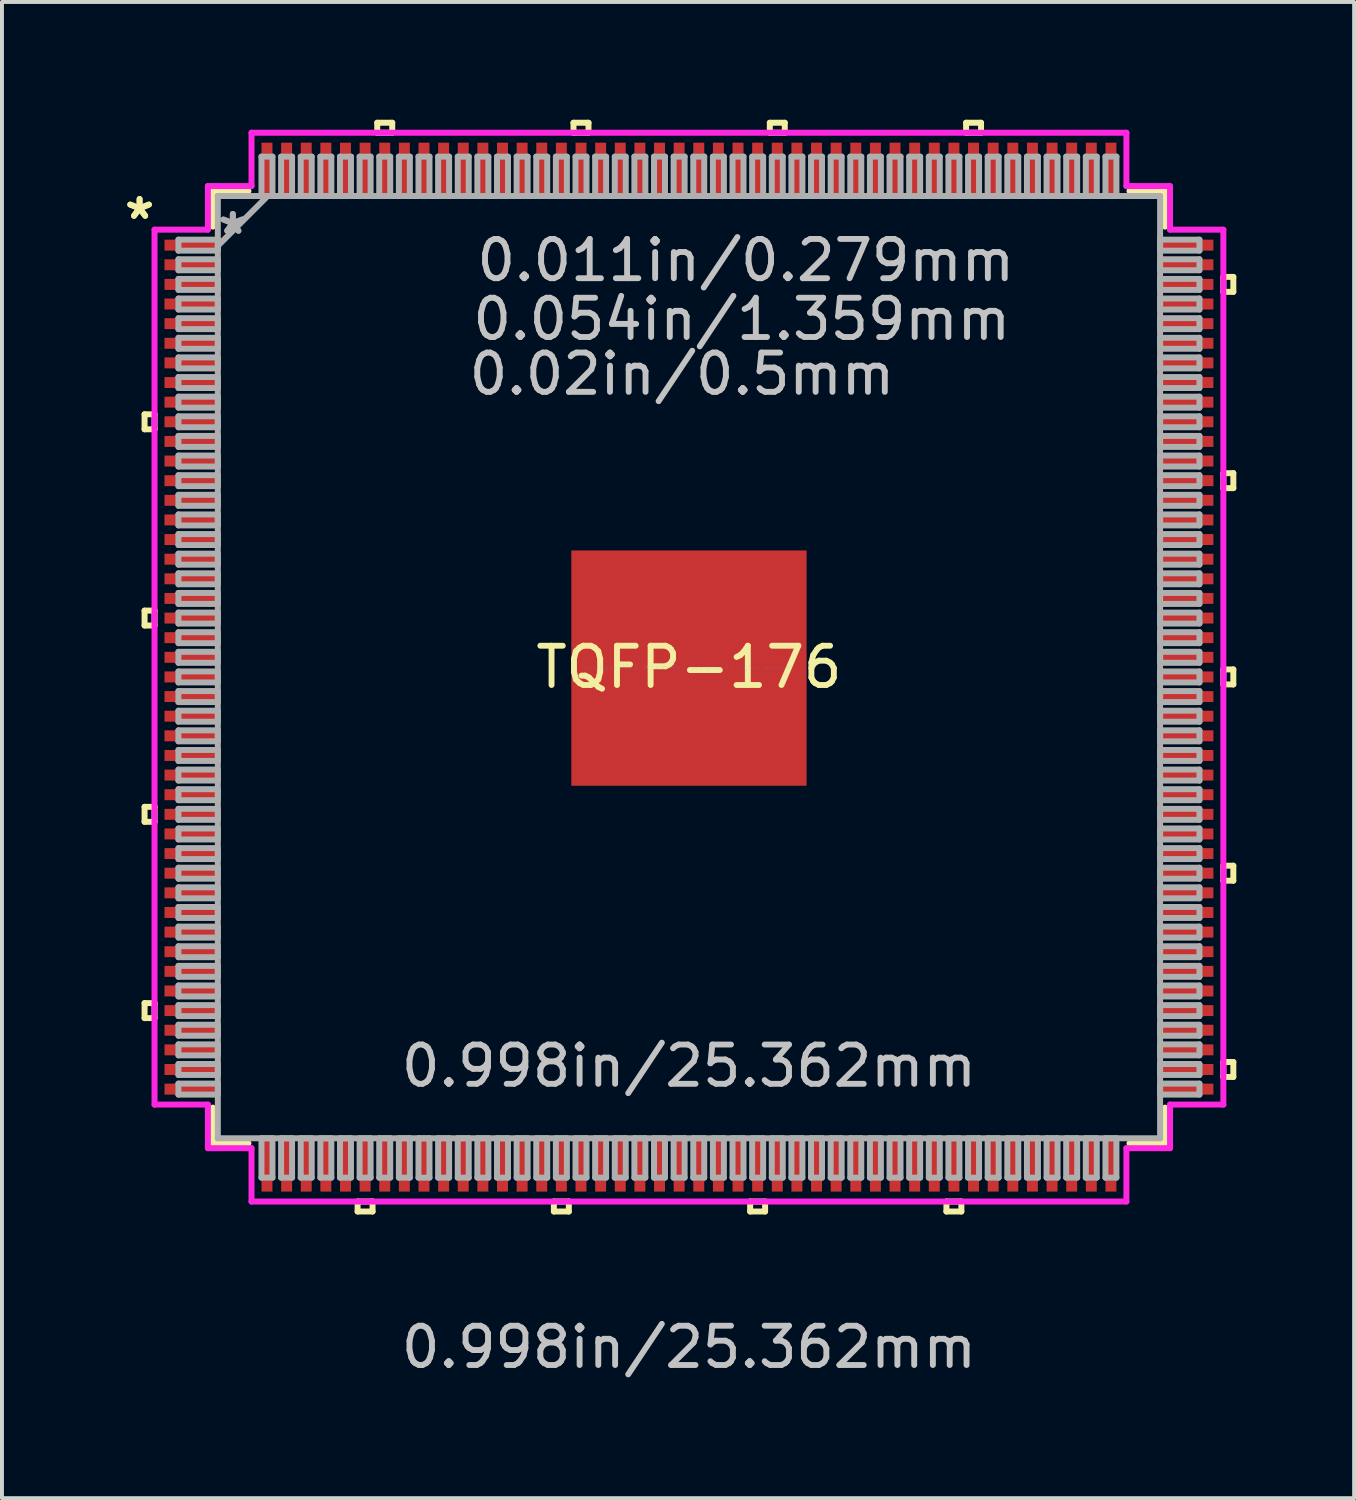
<source format=kicad_pcb>
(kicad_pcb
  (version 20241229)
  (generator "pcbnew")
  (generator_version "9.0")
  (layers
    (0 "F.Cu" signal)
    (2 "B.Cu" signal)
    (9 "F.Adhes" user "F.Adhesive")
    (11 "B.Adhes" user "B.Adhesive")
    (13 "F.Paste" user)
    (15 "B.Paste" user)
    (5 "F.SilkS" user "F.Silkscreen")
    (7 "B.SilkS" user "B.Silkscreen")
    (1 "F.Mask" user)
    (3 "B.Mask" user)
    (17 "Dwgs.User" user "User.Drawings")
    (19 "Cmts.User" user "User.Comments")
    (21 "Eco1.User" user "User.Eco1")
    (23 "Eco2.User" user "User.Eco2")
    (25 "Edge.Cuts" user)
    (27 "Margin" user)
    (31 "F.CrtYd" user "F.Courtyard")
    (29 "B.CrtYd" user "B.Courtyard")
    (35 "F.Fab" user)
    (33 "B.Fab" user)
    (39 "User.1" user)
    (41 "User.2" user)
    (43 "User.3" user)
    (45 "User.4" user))
  (footprint "TQFP-176"
    (layer "F.Cu")
    (at 14.501 13.945)
    (property "Reference" "TQFP-176" (at 0 0 0) (layer "F.SilkS") (effects (font (size 1 1) (thickness 0.15))))
    (fp_line (start -13.868 -6.441) (end -13.868 -6.059) (stroke (width 0.152) (type solid)) (layer "F.SilkS"))
    (fp_line (start -13.868 -6.059) (end -13.614 -6.059) (stroke (width 0.152) (type solid)) (layer "F.SilkS"))
    (fp_line (start -13.868 -1.44) (end -13.868 -1.06) (stroke (width 0.152) (type solid)) (layer "F.SilkS"))
    (fp_line (start -13.868 -1.06) (end -13.614 -1.06) (stroke (width 0.152) (type solid)) (layer "F.SilkS"))
    (fp_line (start -13.868 3.559) (end -13.868 3.941) (stroke (width 0.152) (type solid)) (layer "F.SilkS"))
    (fp_line (start -13.868 3.941) (end -13.614 3.941) (stroke (width 0.152) (type solid)) (layer "F.SilkS"))
    (fp_line (start -13.868 8.559) (end -13.868 8.941) (stroke (width 0.152) (type solid)) (layer "F.SilkS"))
    (fp_line (start -13.868 8.941) (end -13.614 8.941) (stroke (width 0.152) (type solid)) (layer "F.SilkS"))
    (fp_line (start -13.614 -6.441) (end -13.868 -6.441) (stroke (width 0.152) (type solid)) (layer "F.SilkS"))
    (fp_line (start -13.614 -6.059) (end -13.614 -6.441) (stroke (width 0.152) (type solid)) (layer "F.SilkS"))
    (fp_line (start -13.614 -1.44) (end -13.868 -1.44) (stroke (width 0.152) (type solid)) (layer "F.SilkS"))
    (fp_line (start -13.614 -1.06) (end -13.614 -1.44) (stroke (width 0.152) (type solid)) (layer "F.SilkS"))
    (fp_line (start -13.614 3.559) (end -13.868 3.559) (stroke (width 0.152) (type solid)) (layer "F.SilkS"))
    (fp_line (start -13.614 3.941) (end -13.614 3.559) (stroke (width 0.152) (type solid)) (layer "F.SilkS"))
    (fp_line (start -13.614 8.559) (end -13.868 8.559) (stroke (width 0.152) (type solid)) (layer "F.SilkS"))
    (fp_line (start -13.614 8.941) (end -13.614 8.559) (stroke (width 0.152) (type solid)) (layer "F.SilkS"))
    (fp_line (start -12.129 -12.129) (end -12.129 -11.222) (stroke (width 0.152) (type solid)) (layer "F.SilkS"))
    (fp_line (start -12.129 11.222) (end -12.129 12.129) (stroke (width 0.152) (type solid)) (layer "F.SilkS"))
    (fp_line (start -12.129 12.129) (end -11.222 12.129) (stroke (width 0.152) (type solid)) (layer "F.SilkS"))
    (fp_line (start -11.222 -12.129) (end -12.129 -12.129) (stroke (width 0.152) (type solid)) (layer "F.SilkS"))
    (fp_line (start -8.441 13.614) (end -8.441 13.868) (stroke (width 0.152) (type solid)) (layer "F.SilkS"))
    (fp_line (start -8.441 13.868) (end -8.06 13.868) (stroke (width 0.152) (type solid)) (layer "F.SilkS"))
    (fp_line (start -8.06 13.614) (end -8.441 13.614) (stroke (width 0.152) (type solid)) (layer "F.SilkS"))
    (fp_line (start -8.06 13.868) (end -8.06 13.614) (stroke (width 0.152) (type solid)) (layer "F.SilkS"))
    (fp_line (start -7.941 -13.868) (end -7.559 -13.868) (stroke (width 0.152) (type solid)) (layer "F.SilkS"))
    (fp_line (start -7.941 -13.614) (end -7.941 -13.868) (stroke (width 0.152) (type solid)) (layer "F.SilkS"))
    (fp_line (start -7.559 -13.868) (end -7.559 -13.614) (stroke (width 0.152) (type solid)) (layer "F.SilkS"))
    (fp_line (start -7.559 -13.614) (end -7.941 -13.614) (stroke (width 0.152) (type solid)) (layer "F.SilkS"))
    (fp_line (start -3.441 13.614) (end -3.441 13.868) (stroke (width 0.152) (type solid)) (layer "F.SilkS"))
    (fp_line (start -3.441 13.868) (end -3.06 13.868) (stroke (width 0.152) (type solid)) (layer "F.SilkS"))
    (fp_line (start -3.06 13.614) (end -3.441 13.614) (stroke (width 0.152) (type solid)) (layer "F.SilkS"))
    (fp_line (start -3.06 13.868) (end -3.06 13.614) (stroke (width 0.152) (type solid)) (layer "F.SilkS"))
    (fp_line (start -2.941 -13.868) (end -2.559 -13.868) (stroke (width 0.152) (type solid)) (layer "F.SilkS"))
    (fp_line (start -2.941 -13.614) (end -2.941 -13.868) (stroke (width 0.152) (type solid)) (layer "F.SilkS"))
    (fp_line (start -2.559 -13.868) (end -2.559 -13.614) (stroke (width 0.152) (type solid)) (layer "F.SilkS"))
    (fp_line (start -2.559 -13.614) (end -2.941 -13.614) (stroke (width 0.152) (type solid)) (layer "F.SilkS"))
    (fp_line (start 1.559 13.614) (end 1.559 13.868) (stroke (width 0.152) (type solid)) (layer "F.SilkS"))
    (fp_line (start 1.559 13.868) (end 1.94 13.868) (stroke (width 0.152) (type solid)) (layer "F.SilkS"))
    (fp_line (start 1.94 13.614) (end 1.559 13.614) (stroke (width 0.152) (type solid)) (layer "F.SilkS"))
    (fp_line (start 1.94 13.868) (end 1.94 13.614) (stroke (width 0.152) (type solid)) (layer "F.SilkS"))
    (fp_line (start 2.06 -13.868) (end 2.441 -13.868) (stroke (width 0.152) (type solid)) (layer "F.SilkS"))
    (fp_line (start 2.06 -13.614) (end 2.06 -13.868) (stroke (width 0.152) (type solid)) (layer "F.SilkS"))
    (fp_line (start 2.441 -13.868) (end 2.441 -13.614) (stroke (width 0.152) (type solid)) (layer "F.SilkS"))
    (fp_line (start 2.441 -13.614) (end 2.06 -13.614) (stroke (width 0.152) (type solid)) (layer "F.SilkS"))
    (fp_line (start 6.559 13.614) (end 6.559 13.868) (stroke (width 0.152) (type solid)) (layer "F.SilkS"))
    (fp_line (start 6.559 13.868) (end 6.94 13.868) (stroke (width 0.152) (type solid)) (layer "F.SilkS"))
    (fp_line (start 6.94 13.614) (end 6.559 13.614) (stroke (width 0.152) (type solid)) (layer "F.SilkS"))
    (fp_line (start 6.94 13.868) (end 6.94 13.614) (stroke (width 0.152) (type solid)) (layer "F.SilkS"))
    (fp_line (start 7.06 -13.868) (end 7.441 -13.868) (stroke (width 0.152) (type solid)) (layer "F.SilkS"))
    (fp_line (start 7.06 -13.614) (end 7.06 -13.868) (stroke (width 0.152) (type solid)) (layer "F.SilkS"))
    (fp_line (start 7.441 -13.868) (end 7.441 -13.614) (stroke (width 0.152) (type solid)) (layer "F.SilkS"))
    (fp_line (start 7.441 -13.614) (end 7.06 -13.614) (stroke (width 0.152) (type solid)) (layer "F.SilkS"))
    (fp_line (start 11.222 12.129) (end 12.129 12.129) (stroke (width 0.152) (type solid)) (layer "F.SilkS"))
    (fp_line (start 12.129 -12.129) (end 11.222 -12.129) (stroke (width 0.152) (type solid)) (layer "F.SilkS"))
    (fp_line (start 12.129 -11.222) (end 12.129 -12.129) (stroke (width 0.152) (type solid)) (layer "F.SilkS"))
    (fp_line (start 12.129 12.129) (end 12.129 11.222) (stroke (width 0.152) (type solid)) (layer "F.SilkS"))
    (fp_line (start 13.614 -9.941) (end 13.868 -9.941) (stroke (width 0.152) (type solid)) (layer "F.SilkS"))
    (fp_line (start 13.614 -9.56) (end 13.614 -9.941) (stroke (width 0.152) (type solid)) (layer "F.SilkS"))
    (fp_line (start 13.614 -4.941) (end 13.868 -4.941) (stroke (width 0.152) (type solid)) (layer "F.SilkS"))
    (fp_line (start 13.614 -4.56) (end 13.614 -4.941) (stroke (width 0.152) (type solid)) (layer "F.SilkS"))
    (fp_line (start 13.614 0.059) (end 13.868 0.059) (stroke (width 0.152) (type solid)) (layer "F.SilkS"))
    (fp_line (start 13.614 0.441) (end 13.614 0.059) (stroke (width 0.152) (type solid)) (layer "F.SilkS"))
    (fp_line (start 13.614 5.059) (end 13.868 5.059) (stroke (width 0.152) (type solid)) (layer "F.SilkS"))
    (fp_line (start 13.614 5.441) (end 13.614 5.059) (stroke (width 0.152) (type solid)) (layer "F.SilkS"))
    (fp_line (start 13.614 10.059) (end 13.868 10.059) (stroke (width 0.152) (type solid)) (layer "F.SilkS"))
    (fp_line (start 13.614 10.441) (end 13.614 10.059) (stroke (width 0.152) (type solid)) (layer "F.SilkS"))
    (fp_line (start 13.868 -9.941) (end 13.868 -9.56) (stroke (width 0.152) (type solid)) (layer "F.SilkS"))
    (fp_line (start 13.868 -9.56) (end 13.614 -9.56) (stroke (width 0.152) (type solid)) (layer "F.SilkS"))
    (fp_line (start 13.868 -4.941) (end 13.868 -4.56) (stroke (width 0.152) (type solid)) (layer "F.SilkS"))
    (fp_line (start 13.868 -4.56) (end 13.614 -4.56) (stroke (width 0.152) (type solid)) (layer "F.SilkS"))
    (fp_line (start 13.868 0.059) (end 13.868 0.441) (stroke (width 0.152) (type solid)) (layer "F.SilkS"))
    (fp_line (start 13.868 0.441) (end 13.614 0.441) (stroke (width 0.152) (type solid)) (layer "F.SilkS"))
    (fp_line (start 13.868 5.059) (end 13.868 5.441) (stroke (width 0.152) (type solid)) (layer "F.SilkS"))
    (fp_line (start 13.868 5.441) (end 13.614 5.441) (stroke (width 0.152) (type solid)) (layer "F.SilkS"))
    (fp_line (start 13.868 10.059) (end 13.868 10.441) (stroke (width 0.152) (type solid)) (layer "F.SilkS"))
    (fp_line (start 13.868 10.441) (end 13.614 10.441) (stroke (width 0.152) (type solid)) (layer "F.SilkS"))
    (fp_line (start -13.614 -11.144) (end -12.255 -11.144) (stroke (width 0.152) (type solid)) (layer "F.CrtYd"))
    (fp_line (start -13.614 11.144) (end -13.614 -11.144) (stroke (width 0.152) (type solid)) (layer "F.CrtYd"))
    (fp_line (start -12.255 -12.255) (end -11.144 -12.255) (stroke (width 0.152) (type solid)) (layer "F.CrtYd"))
    (fp_line (start -12.255 -11.144) (end -12.255 -12.255) (stroke (width 0.152) (type solid)) (layer "F.CrtYd"))
    (fp_line (start -12.255 11.144) (end -13.614 11.144) (stroke (width 0.152) (type solid)) (layer "F.CrtYd"))
    (fp_line (start -12.255 12.255) (end -12.255 11.144) (stroke (width 0.152) (type solid)) (layer "F.CrtYd"))
    (fp_line (start -11.144 -13.614) (end 11.144 -13.614) (stroke (width 0.152) (type solid)) (layer "F.CrtYd"))
    (fp_line (start -11.144 -12.255) (end -11.144 -13.614) (stroke (width 0.152) (type solid)) (layer "F.CrtYd"))
    (fp_line (start -11.144 12.255) (end -12.255 12.255) (stroke (width 0.152) (type solid)) (layer "F.CrtYd"))
    (fp_line (start -11.144 13.614) (end -11.144 12.255) (stroke (width 0.152) (type solid)) (layer "F.CrtYd"))
    (fp_line (start 11.144 -13.614) (end 11.144 -12.255) (stroke (width 0.152) (type solid)) (layer "F.CrtYd"))
    (fp_line (start 11.144 -12.255) (end 12.255 -12.255) (stroke (width 0.152) (type solid)) (layer "F.CrtYd"))
    (fp_line (start 11.144 12.255) (end 11.144 13.614) (stroke (width 0.152) (type solid)) (layer "F.CrtYd"))
    (fp_line (start 11.144 13.614) (end -11.144 13.614) (stroke (width 0.152) (type solid)) (layer "F.CrtYd"))
    (fp_line (start 12.255 -12.255) (end 12.255 -11.144) (stroke (width 0.152) (type solid)) (layer "F.CrtYd"))
    (fp_line (start 12.255 -11.144) (end 13.614 -11.144) (stroke (width 0.152) (type solid)) (layer "F.CrtYd"))
    (fp_line (start 12.255 11.144) (end 12.255 12.255) (stroke (width 0.152) (type solid)) (layer "F.CrtYd"))
    (fp_line (start 12.255 12.255) (end 11.144 12.255) (stroke (width 0.152) (type solid)) (layer "F.CrtYd"))
    (fp_line (start 13.614 -11.144) (end 13.614 11.144) (stroke (width 0.152) (type solid)) (layer "F.CrtYd"))
    (fp_line (start 13.614 11.144) (end 12.255 11.144) (stroke (width 0.152) (type solid)) (layer "F.CrtYd"))
    (fp_line (start -13.005 -10.89) (end -13.005 -10.61) (stroke (width 0.152) (type solid)) (layer "F.Fab"))
    (fp_line (start -13.005 -10.61) (end -12.002 -10.61) (stroke (width 0.152) (type solid)) (layer "F.Fab"))
    (fp_line (start -13.005 -10.39) (end -13.005 -10.11) (stroke (width 0.152) (type solid)) (layer "F.Fab"))
    (fp_line (start -13.005 -10.11) (end -12.002 -10.11) (stroke (width 0.152) (type solid)) (layer "F.Fab"))
    (fp_line (start -13.005 -9.89) (end -13.005 -9.61) (stroke (width 0.152) (type solid)) (layer "F.Fab"))
    (fp_line (start -13.005 -9.61) (end -12.002 -9.61) (stroke (width 0.152) (type solid)) (layer "F.Fab"))
    (fp_line (start -13.005 -9.39) (end -13.005 -9.11) (stroke (width 0.152) (type solid)) (layer "F.Fab"))
    (fp_line (start -13.005 -9.11) (end -12.002 -9.11) (stroke (width 0.152) (type solid)) (layer "F.Fab"))
    (fp_line (start -13.005 -8.89) (end -13.005 -8.61) (stroke (width 0.152) (type solid)) (layer "F.Fab"))
    (fp_line (start -13.005 -8.61) (end -12.002 -8.61) (stroke (width 0.152) (type solid)) (layer "F.Fab"))
    (fp_line (start -13.005 -8.39) (end -13.005 -8.11) (stroke (width 0.152) (type solid)) (layer "F.Fab"))
    (fp_line (start -13.005 -8.11) (end -12.002 -8.11) (stroke (width 0.152) (type solid)) (layer "F.Fab"))
    (fp_line (start -13.005 -7.89) (end -13.005 -7.61) (stroke (width 0.152) (type solid)) (layer "F.Fab"))
    (fp_line (start -13.005 -7.61) (end -12.002 -7.61) (stroke (width 0.152) (type solid)) (layer "F.Fab"))
    (fp_line (start -13.005 -7.39) (end -13.005 -7.11) (stroke (width 0.152) (type solid)) (layer "F.Fab"))
    (fp_line (start -13.005 -7.11) (end -12.002 -7.11) (stroke (width 0.152) (type solid)) (layer "F.Fab"))
    (fp_line (start -13.005 -6.89) (end -13.005 -6.61) (stroke (width 0.152) (type solid)) (layer "F.Fab"))
    (fp_line (start -13.005 -6.61) (end -12.002 -6.61) (stroke (width 0.152) (type solid)) (layer "F.Fab"))
    (fp_line (start -13.005 -6.39) (end -13.005 -6.11) (stroke (width 0.152) (type solid)) (layer "F.Fab"))
    (fp_line (start -13.005 -6.11) (end -12.002 -6.11) (stroke (width 0.152) (type solid)) (layer "F.Fab"))
    (fp_line (start -13.005 -5.89) (end -13.005 -5.61) (stroke (width 0.152) (type solid)) (layer "F.Fab"))
    (fp_line (start -13.005 -5.61) (end -12.002 -5.61) (stroke (width 0.152) (type solid)) (layer "F.Fab"))
    (fp_line (start -13.005 -5.39) (end -13.005 -5.11) (stroke (width 0.152) (type solid)) (layer "F.Fab"))
    (fp_line (start -13.005 -5.11) (end -12.002 -5.11) (stroke (width 0.152) (type solid)) (layer "F.Fab"))
    (fp_line (start -13.005 -4.89) (end -13.005 -4.61) (stroke (width 0.152) (type solid)) (layer "F.Fab"))
    (fp_line (start -13.005 -4.61) (end -12.002 -4.61) (stroke (width 0.152) (type solid)) (layer "F.Fab"))
    (fp_line (start -13.005 -4.39) (end -13.005 -4.11) (stroke (width 0.152) (type solid)) (layer "F.Fab"))
    (fp_line (start -13.005 -4.11) (end -12.002 -4.11) (stroke (width 0.152) (type solid)) (layer "F.Fab"))
    (fp_line (start -13.005 -3.89) (end -13.005 -3.61) (stroke (width 0.152) (type solid)) (layer "F.Fab"))
    (fp_line (start -13.005 -3.61) (end -12.002 -3.61) (stroke (width 0.152) (type solid)) (layer "F.Fab"))
    (fp_line (start -13.005 -3.39) (end -13.005 -3.11) (stroke (width 0.152) (type solid)) (layer "F.Fab"))
    (fp_line (start -13.005 -3.11) (end -12.002 -3.11) (stroke (width 0.152) (type solid)) (layer "F.Fab"))
    (fp_line (start -13.005 -2.89) (end -13.005 -2.61) (stroke (width 0.152) (type solid)) (layer "F.Fab"))
    (fp_line (start -13.005 -2.61) (end -12.002 -2.61) (stroke (width 0.152) (type solid)) (layer "F.Fab"))
    (fp_line (start -13.005 -2.39) (end -13.005 -2.11) (stroke (width 0.152) (type solid)) (layer "F.Fab"))
    (fp_line (start -13.005 -2.11) (end -12.002 -2.11) (stroke (width 0.152) (type solid)) (layer "F.Fab"))
    (fp_line (start -13.005 -1.89) (end -13.005 -1.61) (stroke (width 0.152) (type solid)) (layer "F.Fab"))
    (fp_line (start -13.005 -1.61) (end -12.002 -1.61) (stroke (width 0.152) (type solid)) (layer "F.Fab"))
    (fp_line (start -13.005 -1.39) (end -13.005 -1.11) (stroke (width 0.152) (type solid)) (layer "F.Fab"))
    (fp_line (start -13.005 -1.11) (end -12.002 -1.11) (stroke (width 0.152) (type solid)) (layer "F.Fab"))
    (fp_line (start -13.005 -0.89) (end -13.005 -0.61) (stroke (width 0.152) (type solid)) (layer "F.Fab"))
    (fp_line (start -13.005 -0.61) (end -12.002 -0.61) (stroke (width 0.152) (type solid)) (layer "F.Fab"))
    (fp_line (start -13.005 -0.39) (end -13.005 -0.11) (stroke (width 0.152) (type solid)) (layer "F.Fab"))
    (fp_line (start -13.005 -0.11) (end -12.002 -0.11) (stroke (width 0.152) (type solid)) (layer "F.Fab"))
    (fp_line (start -13.005 0.11) (end -13.005 0.39) (stroke (width 0.152) (type solid)) (layer "F.Fab"))
    (fp_line (start -13.005 0.39) (end -12.002 0.39) (stroke (width 0.152) (type solid)) (layer "F.Fab"))
    (fp_line (start -13.005 0.61) (end -13.005 0.89) (stroke (width 0.152) (type solid)) (layer "F.Fab"))
    (fp_line (start -13.005 0.89) (end -12.002 0.89) (stroke (width 0.152) (type solid)) (layer "F.Fab"))
    (fp_line (start -13.005 1.11) (end -13.005 1.39) (stroke (width 0.152) (type solid)) (layer "F.Fab"))
    (fp_line (start -13.005 1.39) (end -12.002 1.39) (stroke (width 0.152) (type solid)) (layer "F.Fab"))
    (fp_line (start -13.005 1.61) (end -13.005 1.89) (stroke (width 0.152) (type solid)) (layer "F.Fab"))
    (fp_line (start -13.005 1.89) (end -12.002 1.89) (stroke (width 0.152) (type solid)) (layer "F.Fab"))
    (fp_line (start -13.005 2.11) (end -13.005 2.39) (stroke (width 0.152) (type solid)) (layer "F.Fab"))
    (fp_line (start -13.005 2.39) (end -12.002 2.39) (stroke (width 0.152) (type solid)) (layer "F.Fab"))
    (fp_line (start -13.005 2.61) (end -13.005 2.89) (stroke (width 0.152) (type solid)) (layer "F.Fab"))
    (fp_line (start -13.005 2.89) (end -12.002 2.89) (stroke (width 0.152) (type solid)) (layer "F.Fab"))
    (fp_line (start -13.005 3.11) (end -13.005 3.39) (stroke (width 0.152) (type solid)) (layer "F.Fab"))
    (fp_line (start -13.005 3.39) (end -12.002 3.39) (stroke (width 0.152) (type solid)) (layer "F.Fab"))
    (fp_line (start -13.005 3.61) (end -13.005 3.89) (stroke (width 0.152) (type solid)) (layer "F.Fab"))
    (fp_line (start -13.005 3.89) (end -12.002 3.89) (stroke (width 0.152) (type solid)) (layer "F.Fab"))
    (fp_line (start -13.005 4.11) (end -13.005 4.39) (stroke (width 0.152) (type solid)) (layer "F.Fab"))
    (fp_line (start -13.005 4.39) (end -12.002 4.39) (stroke (width 0.152) (type solid)) (layer "F.Fab"))
    (fp_line (start -13.005 4.61) (end -13.005 4.89) (stroke (width 0.152) (type solid)) (layer "F.Fab"))
    (fp_line (start -13.005 4.89) (end -12.002 4.89) (stroke (width 0.152) (type solid)) (layer "F.Fab"))
    (fp_line (start -13.005 5.11) (end -13.005 5.39) (stroke (width 0.152) (type solid)) (layer "F.Fab"))
    (fp_line (start -13.005 5.39) (end -12.002 5.39) (stroke (width 0.152) (type solid)) (layer "F.Fab"))
    (fp_line (start -13.005 5.61) (end -13.005 5.89) (stroke (width 0.152) (type solid)) (layer "F.Fab"))
    (fp_line (start -13.005 5.89) (end -12.002 5.89) (stroke (width 0.152) (type solid)) (layer "F.Fab"))
    (fp_line (start -13.005 6.11) (end -13.005 6.39) (stroke (width 0.152) (type solid)) (layer "F.Fab"))
    (fp_line (start -13.005 6.39) (end -12.002 6.39) (stroke (width 0.152) (type solid)) (layer "F.Fab"))
    (fp_line (start -13.005 6.61) (end -13.005 6.89) (stroke (width 0.152) (type solid)) (layer "F.Fab"))
    (fp_line (start -13.005 6.89) (end -12.002 6.89) (stroke (width 0.152) (type solid)) (layer "F.Fab"))
    (fp_line (start -13.005 7.11) (end -13.005 7.39) (stroke (width 0.152) (type solid)) (layer "F.Fab"))
    (fp_line (start -13.005 7.39) (end -12.002 7.39) (stroke (width 0.152) (type solid)) (layer "F.Fab"))
    (fp_line (start -13.005 7.61) (end -13.005 7.89) (stroke (width 0.152) (type solid)) (layer "F.Fab"))
    (fp_line (start -13.005 7.89) (end -12.002 7.89) (stroke (width 0.152) (type solid)) (layer "F.Fab"))
    (fp_line (start -13.005 8.11) (end -13.005 8.39) (stroke (width 0.152) (type solid)) (layer "F.Fab"))
    (fp_line (start -13.005 8.39) (end -12.002 8.39) (stroke (width 0.152) (type solid)) (layer "F.Fab"))
    (fp_line (start -13.005 8.61) (end -13.005 8.89) (stroke (width 0.152) (type solid)) (layer "F.Fab"))
    (fp_line (start -13.005 8.89) (end -12.002 8.89) (stroke (width 0.152) (type solid)) (layer "F.Fab"))
    (fp_line (start -13.005 9.11) (end -13.005 9.39) (stroke (width 0.152) (type solid)) (layer "F.Fab"))
    (fp_line (start -13.005 9.39) (end -12.002 9.39) (stroke (width 0.152) (type solid)) (layer "F.Fab"))
    (fp_line (start -13.005 9.61) (end -13.005 9.89) (stroke (width 0.152) (type solid)) (layer "F.Fab"))
    (fp_line (start -13.005 9.89) (end -12.002 9.89) (stroke (width 0.152) (type solid)) (layer "F.Fab"))
    (fp_line (start -13.005 10.11) (end -13.005 10.39) (stroke (width 0.152) (type solid)) (layer "F.Fab"))
    (fp_line (start -13.005 10.39) (end -12.002 10.39) (stroke (width 0.152) (type solid)) (layer "F.Fab"))
    (fp_line (start -13.005 10.61) (end -13.005 10.89) (stroke (width 0.152) (type solid)) (layer "F.Fab"))
    (fp_line (start -13.005 10.89) (end -12.002 10.89) (stroke (width 0.152) (type solid)) (layer "F.Fab"))
    (fp_line (start -12.002 -12.002) (end -12.002 -12.002) (stroke (width 0.152) (type solid)) (layer "F.Fab"))
    (fp_line (start -12.002 -12.002) (end -12.002 12.002) (stroke (width 0.152) (type solid)) (layer "F.Fab"))
    (fp_line (start -12.002 -10.89) (end -13.005 -10.89) (stroke (width 0.152) (type solid)) (layer "F.Fab"))
    (fp_line (start -12.002 -10.732) (end -10.732 -12.002) (stroke (width 0.152) (type solid)) (layer "F.Fab"))
    (fp_line (start -12.002 -10.61) (end -12.002 -10.89) (stroke (width 0.152) (type solid)) (layer "F.Fab"))
    (fp_line (start -12.002 -10.39) (end -13.005 -10.39) (stroke (width 0.152) (type solid)) (layer "F.Fab"))
    (fp_line (start -12.002 -10.11) (end -12.002 -10.39) (stroke (width 0.152) (type solid)) (layer "F.Fab"))
    (fp_line (start -12.002 -9.89) (end -13.005 -9.89) (stroke (width 0.152) (type solid)) (layer "F.Fab"))
    (fp_line (start -12.002 -9.61) (end -12.002 -9.89) (stroke (width 0.152) (type solid)) (layer "F.Fab"))
    (fp_line (start -12.002 -9.39) (end -13.005 -9.39) (stroke (width 0.152) (type solid)) (layer "F.Fab"))
    (fp_line (start -12.002 -9.11) (end -12.002 -9.39) (stroke (width 0.152) (type solid)) (layer "F.Fab"))
    (fp_line (start -12.002 -8.89) (end -13.005 -8.89) (stroke (width 0.152) (type solid)) (layer "F.Fab"))
    (fp_line (start -12.002 -8.61) (end -12.002 -8.89) (stroke (width 0.152) (type solid)) (layer "F.Fab"))
    (fp_line (start -12.002 -8.39) (end -13.005 -8.39) (stroke (width 0.152) (type solid)) (layer "F.Fab"))
    (fp_line (start -12.002 -8.11) (end -12.002 -8.39) (stroke (width 0.152) (type solid)) (layer "F.Fab"))
    (fp_line (start -12.002 -7.89) (end -13.005 -7.89) (stroke (width 0.152) (type solid)) (layer "F.Fab"))
    (fp_line (start -12.002 -7.61) (end -12.002 -7.89) (stroke (width 0.152) (type solid)) (layer "F.Fab"))
    (fp_line (start -12.002 -7.39) (end -13.005 -7.39) (stroke (width 0.152) (type solid)) (layer "F.Fab"))
    (fp_line (start -12.002 -7.11) (end -12.002 -7.39) (stroke (width 0.152) (type solid)) (layer "F.Fab"))
    (fp_line (start -12.002 -6.89) (end -13.005 -6.89) (stroke (width 0.152) (type solid)) (layer "F.Fab"))
    (fp_line (start -12.002 -6.61) (end -12.002 -6.89) (stroke (width 0.152) (type solid)) (layer "F.Fab"))
    (fp_line (start -12.002 -6.39) (end -13.005 -6.39) (stroke (width 0.152) (type solid)) (layer "F.Fab"))
    (fp_line (start -12.002 -6.11) (end -12.002 -6.39) (stroke (width 0.152) (type solid)) (layer "F.Fab"))
    (fp_line (start -12.002 -5.89) (end -13.005 -5.89) (stroke (width 0.152) (type solid)) (layer "F.Fab"))
    (fp_line (start -12.002 -5.61) (end -12.002 -5.89) (stroke (width 0.152) (type solid)) (layer "F.Fab"))
    (fp_line (start -12.002 -5.39) (end -13.005 -5.39) (stroke (width 0.152) (type solid)) (layer "F.Fab"))
    (fp_line (start -12.002 -5.11) (end -12.002 -5.39) (stroke (width 0.152) (type solid)) (layer "F.Fab"))
    (fp_line (start -12.002 -4.89) (end -13.005 -4.89) (stroke (width 0.152) (type solid)) (layer "F.Fab"))
    (fp_line (start -12.002 -4.61) (end -12.002 -4.89) (stroke (width 0.152) (type solid)) (layer "F.Fab"))
    (fp_line (start -12.002 -4.39) (end -13.005 -4.39) (stroke (width 0.152) (type solid)) (layer "F.Fab"))
    (fp_line (start -12.002 -4.11) (end -12.002 -4.39) (stroke (width 0.152) (type solid)) (layer "F.Fab"))
    (fp_line (start -12.002 -3.89) (end -13.005 -3.89) (stroke (width 0.152) (type solid)) (layer "F.Fab"))
    (fp_line (start -12.002 -3.61) (end -12.002 -3.89) (stroke (width 0.152) (type solid)) (layer "F.Fab"))
    (fp_line (start -12.002 -3.39) (end -13.005 -3.39) (stroke (width 0.152) (type solid)) (layer "F.Fab"))
    (fp_line (start -12.002 -3.11) (end -12.002 -3.39) (stroke (width 0.152) (type solid)) (layer "F.Fab"))
    (fp_line (start -12.002 -2.89) (end -13.005 -2.89) (stroke (width 0.152) (type solid)) (layer "F.Fab"))
    (fp_line (start -12.002 -2.61) (end -12.002 -2.89) (stroke (width 0.152) (type solid)) (layer "F.Fab"))
    (fp_line (start -12.002 -2.39) (end -13.005 -2.39) (stroke (width 0.152) (type solid)) (layer "F.Fab"))
    (fp_line (start -12.002 -2.11) (end -12.002 -2.39) (stroke (width 0.152) (type solid)) (layer "F.Fab"))
    (fp_line (start -12.002 -1.89) (end -13.005 -1.89) (stroke (width 0.152) (type solid)) (layer "F.Fab"))
    (fp_line (start -12.002 -1.61) (end -12.002 -1.89) (stroke (width 0.152) (type solid)) (layer "F.Fab"))
    (fp_line (start -12.002 -1.39) (end -13.005 -1.39) (stroke (width 0.152) (type solid)) (layer "F.Fab"))
    (fp_line (start -12.002 -1.11) (end -12.002 -1.39) (stroke (width 0.152) (type solid)) (layer "F.Fab"))
    (fp_line (start -12.002 -0.89) (end -13.005 -0.89) (stroke (width 0.152) (type solid)) (layer "F.Fab"))
    (fp_line (start -12.002 -0.61) (end -12.002 -0.89) (stroke (width 0.152) (type solid)) (layer "F.Fab"))
    (fp_line (start -12.002 -0.39) (end -13.005 -0.39) (stroke (width 0.152) (type solid)) (layer "F.Fab"))
    (fp_line (start -12.002 -0.11) (end -12.002 -0.39) (stroke (width 0.152) (type solid)) (layer "F.Fab"))
    (fp_line (start -12.002 0.11) (end -13.005 0.11) (stroke (width 0.152) (type solid)) (layer "F.Fab"))
    (fp_line (start -12.002 0.39) (end -12.002 0.11) (stroke (width 0.152) (type solid)) (layer "F.Fab"))
    (fp_line (start -12.002 0.61) (end -13.005 0.61) (stroke (width 0.152) (type solid)) (layer "F.Fab"))
    (fp_line (start -12.002 0.89) (end -12.002 0.61) (stroke (width 0.152) (type solid)) (layer "F.Fab"))
    (fp_line (start -12.002 1.11) (end -13.005 1.11) (stroke (width 0.152) (type solid)) (layer "F.Fab"))
    (fp_line (start -12.002 1.39) (end -12.002 1.11) (stroke (width 0.152) (type solid)) (layer "F.Fab"))
    (fp_line (start -12.002 1.61) (end -13.005 1.61) (stroke (width 0.152) (type solid)) (layer "F.Fab"))
    (fp_line (start -12.002 1.89) (end -12.002 1.61) (stroke (width 0.152) (type solid)) (layer "F.Fab"))
    (fp_line (start -12.002 2.11) (end -13.005 2.11) (stroke (width 0.152) (type solid)) (layer "F.Fab"))
    (fp_line (start -12.002 2.39) (end -12.002 2.11) (stroke (width 0.152) (type solid)) (layer "F.Fab"))
    (fp_line (start -12.002 2.61) (end -13.005 2.61) (stroke (width 0.152) (type solid)) (layer "F.Fab"))
    (fp_line (start -12.002 2.89) (end -12.002 2.61) (stroke (width 0.152) (type solid)) (layer "F.Fab"))
    (fp_line (start -12.002 3.11) (end -13.005 3.11) (stroke (width 0.152) (type solid)) (layer "F.Fab"))
    (fp_line (start -12.002 3.39) (end -12.002 3.11) (stroke (width 0.152) (type solid)) (layer "F.Fab"))
    (fp_line (start -12.002 3.61) (end -13.005 3.61) (stroke (width 0.152) (type solid)) (layer "F.Fab"))
    (fp_line (start -12.002 3.89) (end -12.002 3.61) (stroke (width 0.152) (type solid)) (layer "F.Fab"))
    (fp_line (start -12.002 4.11) (end -13.005 4.11) (stroke (width 0.152) (type solid)) (layer "F.Fab"))
    (fp_line (start -12.002 4.39) (end -12.002 4.11) (stroke (width 0.152) (type solid)) (layer "F.Fab"))
    (fp_line (start -12.002 4.61) (end -13.005 4.61) (stroke (width 0.152) (type solid)) (layer "F.Fab"))
    (fp_line (start -12.002 4.89) (end -12.002 4.61) (stroke (width 0.152) (type solid)) (layer "F.Fab"))
    (fp_line (start -12.002 5.11) (end -13.005 5.11) (stroke (width 0.152) (type solid)) (layer "F.Fab"))
    (fp_line (start -12.002 5.39) (end -12.002 5.11) (stroke (width 0.152) (type solid)) (layer "F.Fab"))
    (fp_line (start -12.002 5.61) (end -13.005 5.61) (stroke (width 0.152) (type solid)) (layer "F.Fab"))
    (fp_line (start -12.002 5.89) (end -12.002 5.61) (stroke (width 0.152) (type solid)) (layer "F.Fab"))
    (fp_line (start -12.002 6.11) (end -13.005 6.11) (stroke (width 0.152) (type solid)) (layer "F.Fab"))
    (fp_line (start -12.002 6.39) (end -12.002 6.11) (stroke (width 0.152) (type solid)) (layer "F.Fab"))
    (fp_line (start -12.002 6.61) (end -13.005 6.61) (stroke (width 0.152) (type solid)) (layer "F.Fab"))
    (fp_line (start -12.002 6.89) (end -12.002 6.61) (stroke (width 0.152) (type solid)) (layer "F.Fab"))
    (fp_line (start -12.002 7.11) (end -13.005 7.11) (stroke (width 0.152) (type solid)) (layer "F.Fab"))
    (fp_line (start -12.002 7.39) (end -12.002 7.11) (stroke (width 0.152) (type solid)) (layer "F.Fab"))
    (fp_line (start -12.002 7.61) (end -13.005 7.61) (stroke (width 0.152) (type solid)) (layer "F.Fab"))
    (fp_line (start -12.002 7.89) (end -12.002 7.61) (stroke (width 0.152) (type solid)) (layer "F.Fab"))
    (fp_line (start -12.002 8.11) (end -13.005 8.11) (stroke (width 0.152) (type solid)) (layer "F.Fab"))
    (fp_line (start -12.002 8.39) (end -12.002 8.11) (stroke (width 0.152) (type solid)) (layer "F.Fab"))
    (fp_line (start -12.002 8.61) (end -13.005 8.61) (stroke (width 0.152) (type solid)) (layer "F.Fab"))
    (fp_line (start -12.002 8.89) (end -12.002 8.61) (stroke (width 0.152) (type solid)) (layer "F.Fab"))
    (fp_line (start -12.002 9.11) (end -13.005 9.11) (stroke (width 0.152) (type solid)) (layer "F.Fab"))
    (fp_line (start -12.002 9.39) (end -12.002 9.11) (stroke (width 0.152) (type solid)) (layer "F.Fab"))
    (fp_line (start -12.002 9.61) (end -13.005 9.61) (stroke (width 0.152) (type solid)) (layer "F.Fab"))
    (fp_line (start -12.002 9.89) (end -12.002 9.61) (stroke (width 0.152) (type solid)) (layer "F.Fab"))
    (fp_line (start -12.002 10.11) (end -13.005 10.11) (stroke (width 0.152) (type solid)) (layer "F.Fab"))
    (fp_line (start -12.002 10.39) (end -12.002 10.11) (stroke (width 0.152) (type solid)) (layer "F.Fab"))
    (fp_line (start -12.002 10.61) (end -13.005 10.61) (stroke (width 0.152) (type solid)) (layer "F.Fab"))
    (fp_line (start -12.002 10.89) (end -12.002 10.61) (stroke (width 0.152) (type solid)) (layer "F.Fab"))
    (fp_line (start -12.002 12.002) (end -12.002 12.002) (stroke (width 0.152) (type solid)) (layer "F.Fab"))
    (fp_line (start -12.002 12.002) (end 12.002 12.002) (stroke (width 0.152) (type solid)) (layer "F.Fab"))
    (fp_line (start -10.89 -13.005) (end -10.89 -12.002) (stroke (width 0.152) (type solid)) (layer "F.Fab"))
    (fp_line (start -10.89 -12.002) (end -10.61 -12.002) (stroke (width 0.152) (type solid)) (layer "F.Fab"))
    (fp_line (start -10.89 12.002) (end -10.89 13.005) (stroke (width 0.152) (type solid)) (layer "F.Fab"))
    (fp_line (start -10.89 13.005) (end -10.61 13.005) (stroke (width 0.152) (type solid)) (layer "F.Fab"))
    (fp_line (start -10.61 -13.005) (end -10.89 -13.005) (stroke (width 0.152) (type solid)) (layer "F.Fab"))
    (fp_line (start -10.61 -12.002) (end -10.61 -13.005) (stroke (width 0.152) (type solid)) (layer "F.Fab"))
    (fp_line (start -10.61 12.002) (end -10.89 12.002) (stroke (width 0.152) (type solid)) (layer "F.Fab"))
    (fp_line (start -10.61 13.005) (end -10.61 12.002) (stroke (width 0.152) (type solid)) (layer "F.Fab"))
    (fp_line (start -10.39 -13.005) (end -10.39 -12.002) (stroke (width 0.152) (type solid)) (layer "F.Fab"))
    (fp_line (start -10.39 -12.002) (end -10.11 -12.002) (stroke (width 0.152) (type solid)) (layer "F.Fab"))
    (fp_line (start -10.39 12.002) (end -10.39 13.005) (stroke (width 0.152) (type solid)) (layer "F.Fab"))
    (fp_line (start -10.39 13.005) (end -10.11 13.005) (stroke (width 0.152) (type solid)) (layer "F.Fab"))
    (fp_line (start -10.11 -13.005) (end -10.39 -13.005) (stroke (width 0.152) (type solid)) (layer "F.Fab"))
    (fp_line (start -10.11 -12.002) (end -10.11 -13.005) (stroke (width 0.152) (type solid)) (layer "F.Fab"))
    (fp_line (start -10.11 12.002) (end -10.39 12.002) (stroke (width 0.152) (type solid)) (layer "F.Fab"))
    (fp_line (start -10.11 13.005) (end -10.11 12.002) (stroke (width 0.152) (type solid)) (layer "F.Fab"))
    (fp_line (start -9.89 -13.005) (end -9.89 -12.002) (stroke (width 0.152) (type solid)) (layer "F.Fab"))
    (fp_line (start -9.89 -12.002) (end -9.61 -12.002) (stroke (width 0.152) (type solid)) (layer "F.Fab"))
    (fp_line (start -9.89 12.002) (end -9.89 13.005) (stroke (width 0.152) (type solid)) (layer "F.Fab"))
    (fp_line (start -9.89 13.005) (end -9.61 13.005) (stroke (width 0.152) (type solid)) (layer "F.Fab"))
    (fp_line (start -9.61 -13.005) (end -9.89 -13.005) (stroke (width 0.152) (type solid)) (layer "F.Fab"))
    (fp_line (start -9.61 -12.002) (end -9.61 -13.005) (stroke (width 0.152) (type solid)) (layer "F.Fab"))
    (fp_line (start -9.61 12.002) (end -9.89 12.002) (stroke (width 0.152) (type solid)) (layer "F.Fab"))
    (fp_line (start -9.61 13.005) (end -9.61 12.002) (stroke (width 0.152) (type solid)) (layer "F.Fab"))
    (fp_line (start -9.39 -13.005) (end -9.39 -12.002) (stroke (width 0.152) (type solid)) (layer "F.Fab"))
    (fp_line (start -9.39 -12.002) (end -9.11 -12.002) (stroke (width 0.152) (type solid)) (layer "F.Fab"))
    (fp_line (start -9.39 12.002) (end -9.39 13.005) (stroke (width 0.152) (type solid)) (layer "F.Fab"))
    (fp_line (start -9.39 13.005) (end -9.11 13.005) (stroke (width 0.152) (type solid)) (layer "F.Fab"))
    (fp_line (start -9.11 -13.005) (end -9.39 -13.005) (stroke (width 0.152) (type solid)) (layer "F.Fab"))
    (fp_line (start -9.11 -12.002) (end -9.11 -13.005) (stroke (width 0.152) (type solid)) (layer "F.Fab"))
    (fp_line (start -9.11 12.002) (end -9.39 12.002) (stroke (width 0.152) (type solid)) (layer "F.Fab"))
    (fp_line (start -9.11 13.005) (end -9.11 12.002) (stroke (width 0.152) (type solid)) (layer "F.Fab"))
    (fp_line (start -8.89 -13.005) (end -8.89 -12.002) (stroke (width 0.152) (type solid)) (layer "F.Fab"))
    (fp_line (start -8.89 -12.002) (end -8.61 -12.002) (stroke (width 0.152) (type solid)) (layer "F.Fab"))
    (fp_line (start -8.89 12.002) (end -8.89 13.005) (stroke (width 0.152) (type solid)) (layer "F.Fab"))
    (fp_line (start -8.89 13.005) (end -8.61 13.005) (stroke (width 0.152) (type solid)) (layer "F.Fab"))
    (fp_line (start -8.61 -13.005) (end -8.89 -13.005) (stroke (width 0.152) (type solid)) (layer "F.Fab"))
    (fp_line (start -8.61 -12.002) (end -8.61 -13.005) (stroke (width 0.152) (type solid)) (layer "F.Fab"))
    (fp_line (start -8.61 12.002) (end -8.89 12.002) (stroke (width 0.152) (type solid)) (layer "F.Fab"))
    (fp_line (start -8.61 13.005) (end -8.61 12.002) (stroke (width 0.152) (type solid)) (layer "F.Fab"))
    (fp_line (start -8.39 -13.005) (end -8.39 -12.002) (stroke (width 0.152) (type solid)) (layer "F.Fab"))
    (fp_line (start -8.39 -12.002) (end -8.11 -12.002) (stroke (width 0.152) (type solid)) (layer "F.Fab"))
    (fp_line (start -8.39 12.002) (end -8.39 13.005) (stroke (width 0.152) (type solid)) (layer "F.Fab"))
    (fp_line (start -8.39 13.005) (end -8.11 13.005) (stroke (width 0.152) (type solid)) (layer "F.Fab"))
    (fp_line (start -8.11 -13.005) (end -8.39 -13.005) (stroke (width 0.152) (type solid)) (layer "F.Fab"))
    (fp_line (start -8.11 -12.002) (end -8.11 -13.005) (stroke (width 0.152) (type solid)) (layer "F.Fab"))
    (fp_line (start -8.11 12.002) (end -8.39 12.002) (stroke (width 0.152) (type solid)) (layer "F.Fab"))
    (fp_line (start -8.11 13.005) (end -8.11 12.002) (stroke (width 0.152) (type solid)) (layer "F.Fab"))
    (fp_line (start -7.89 -13.005) (end -7.89 -12.002) (stroke (width 0.152) (type solid)) (layer "F.Fab"))
    (fp_line (start -7.89 -12.002) (end -7.61 -12.002) (stroke (width 0.152) (type solid)) (layer "F.Fab"))
    (fp_line (start -7.89 12.002) (end -7.89 13.005) (stroke (width 0.152) (type solid)) (layer "F.Fab"))
    (fp_line (start -7.89 13.005) (end -7.61 13.005) (stroke (width 0.152) (type solid)) (layer "F.Fab"))
    (fp_line (start -7.61 -13.005) (end -7.89 -13.005) (stroke (width 0.152) (type solid)) (layer "F.Fab"))
    (fp_line (start -7.61 -12.002) (end -7.61 -13.005) (stroke (width 0.152) (type solid)) (layer "F.Fab"))
    (fp_line (start -7.61 12.002) (end -7.89 12.002) (stroke (width 0.152) (type solid)) (layer "F.Fab"))
    (fp_line (start -7.61 13.005) (end -7.61 12.002) (stroke (width 0.152) (type solid)) (layer "F.Fab"))
    (fp_line (start -7.39 -13.005) (end -7.39 -12.002) (stroke (width 0.152) (type solid)) (layer "F.Fab"))
    (fp_line (start -7.39 -12.002) (end -7.11 -12.002) (stroke (width 0.152) (type solid)) (layer "F.Fab"))
    (fp_line (start -7.39 12.002) (end -7.39 13.005) (stroke (width 0.152) (type solid)) (layer "F.Fab"))
    (fp_line (start -7.39 13.005) (end -7.11 13.005) (stroke (width 0.152) (type solid)) (layer "F.Fab"))
    (fp_line (start -7.11 -13.005) (end -7.39 -13.005) (stroke (width 0.152) (type solid)) (layer "F.Fab"))
    (fp_line (start -7.11 -12.002) (end -7.11 -13.005) (stroke (width 0.152) (type solid)) (layer "F.Fab"))
    (fp_line (start -7.11 12.002) (end -7.39 12.002) (stroke (width 0.152) (type solid)) (layer "F.Fab"))
    (fp_line (start -7.11 13.005) (end -7.11 12.002) (stroke (width 0.152) (type solid)) (layer "F.Fab"))
    (fp_line (start -6.89 -13.005) (end -6.89 -12.002) (stroke (width 0.152) (type solid)) (layer "F.Fab"))
    (fp_line (start -6.89 -12.002) (end -6.61 -12.002) (stroke (width 0.152) (type solid)) (layer "F.Fab"))
    (fp_line (start -6.89 12.002) (end -6.89 13.005) (stroke (width 0.152) (type solid)) (layer "F.Fab"))
    (fp_line (start -6.89 13.005) (end -6.61 13.005) (stroke (width 0.152) (type solid)) (layer "F.Fab"))
    (fp_line (start -6.61 -13.005) (end -6.89 -13.005) (stroke (width 0.152) (type solid)) (layer "F.Fab"))
    (fp_line (start -6.61 -12.002) (end -6.61 -13.005) (stroke (width 0.152) (type solid)) (layer "F.Fab"))
    (fp_line (start -6.61 12.002) (end -6.89 12.002) (stroke (width 0.152) (type solid)) (layer "F.Fab"))
    (fp_line (start -6.61 13.005) (end -6.61 12.002) (stroke (width 0.152) (type solid)) (layer "F.Fab"))
    (fp_line (start -6.39 -13.005) (end -6.39 -12.002) (stroke (width 0.152) (type solid)) (layer "F.Fab"))
    (fp_line (start -6.39 -12.002) (end -6.11 -12.002) (stroke (width 0.152) (type solid)) (layer "F.Fab"))
    (fp_line (start -6.39 12.002) (end -6.39 13.005) (stroke (width 0.152) (type solid)) (layer "F.Fab"))
    (fp_line (start -6.39 13.005) (end -6.11 13.005) (stroke (width 0.152) (type solid)) (layer "F.Fab"))
    (fp_line (start -6.11 -13.005) (end -6.39 -13.005) (stroke (width 0.152) (type solid)) (layer "F.Fab"))
    (fp_line (start -6.11 -12.002) (end -6.11 -13.005) (stroke (width 0.152) (type solid)) (layer "F.Fab"))
    (fp_line (start -6.11 12.002) (end -6.39 12.002) (stroke (width 0.152) (type solid)) (layer "F.Fab"))
    (fp_line (start -6.11 13.005) (end -6.11 12.002) (stroke (width 0.152) (type solid)) (layer "F.Fab"))
    (fp_line (start -5.89 -13.005) (end -5.89 -12.002) (stroke (width 0.152) (type solid)) (layer "F.Fab"))
    (fp_line (start -5.89 -12.002) (end -5.61 -12.002) (stroke (width 0.152) (type solid)) (layer "F.Fab"))
    (fp_line (start -5.89 12.002) (end -5.89 13.005) (stroke (width 0.152) (type solid)) (layer "F.Fab"))
    (fp_line (start -5.89 13.005) (end -5.61 13.005) (stroke (width 0.152) (type solid)) (layer "F.Fab"))
    (fp_line (start -5.61 -13.005) (end -5.89 -13.005) (stroke (width 0.152) (type solid)) (layer "F.Fab"))
    (fp_line (start -5.61 -12.002) (end -5.61 -13.005) (stroke (width 0.152) (type solid)) (layer "F.Fab"))
    (fp_line (start -5.61 12.002) (end -5.89 12.002) (stroke (width 0.152) (type solid)) (layer "F.Fab"))
    (fp_line (start -5.61 13.005) (end -5.61 12.002) (stroke (width 0.152) (type solid)) (layer "F.Fab"))
    (fp_line (start -5.39 -13.005) (end -5.39 -12.002) (stroke (width 0.152) (type solid)) (layer "F.Fab"))
    (fp_line (start -5.39 -12.002) (end -5.11 -12.002) (stroke (width 0.152) (type solid)) (layer "F.Fab"))
    (fp_line (start -5.39 12.002) (end -5.39 13.005) (stroke (width 0.152) (type solid)) (layer "F.Fab"))
    (fp_line (start -5.39 13.005) (end -5.11 13.005) (stroke (width 0.152) (type solid)) (layer "F.Fab"))
    (fp_line (start -5.11 -13.005) (end -5.39 -13.005) (stroke (width 0.152) (type solid)) (layer "F.Fab"))
    (fp_line (start -5.11 -12.002) (end -5.11 -13.005) (stroke (width 0.152) (type solid)) (layer "F.Fab"))
    (fp_line (start -5.11 12.002) (end -5.39 12.002) (stroke (width 0.152) (type solid)) (layer "F.Fab"))
    (fp_line (start -5.11 13.005) (end -5.11 12.002) (stroke (width 0.152) (type solid)) (layer "F.Fab"))
    (fp_line (start -4.89 -13.005) (end -4.89 -12.002) (stroke (width 0.152) (type solid)) (layer "F.Fab"))
    (fp_line (start -4.89 -12.002) (end -4.61 -12.002) (stroke (width 0.152) (type solid)) (layer "F.Fab"))
    (fp_line (start -4.89 12.002) (end -4.89 13.005) (stroke (width 0.152) (type solid)) (layer "F.Fab"))
    (fp_line (start -4.89 13.005) (end -4.61 13.005) (stroke (width 0.152) (type solid)) (layer "F.Fab"))
    (fp_line (start -4.61 -13.005) (end -4.89 -13.005) (stroke (width 0.152) (type solid)) (layer "F.Fab"))
    (fp_line (start -4.61 -12.002) (end -4.61 -13.005) (stroke (width 0.152) (type solid)) (layer "F.Fab"))
    (fp_line (start -4.61 12.002) (end -4.89 12.002) (stroke (width 0.152) (type solid)) (layer "F.Fab"))
    (fp_line (start -4.61 13.005) (end -4.61 12.002) (stroke (width 0.152) (type solid)) (layer "F.Fab"))
    (fp_line (start -4.39 -13.005) (end -4.39 -12.002) (stroke (width 0.152) (type solid)) (layer "F.Fab"))
    (fp_line (start -4.39 -12.002) (end -4.11 -12.002) (stroke (width 0.152) (type solid)) (layer "F.Fab"))
    (fp_line (start -4.39 12.002) (end -4.39 13.005) (stroke (width 0.152) (type solid)) (layer "F.Fab"))
    (fp_line (start -4.39 13.005) (end -4.11 13.005) (stroke (width 0.152) (type solid)) (layer "F.Fab"))
    (fp_line (start -4.11 -13.005) (end -4.39 -13.005) (stroke (width 0.152) (type solid)) (layer "F.Fab"))
    (fp_line (start -4.11 -12.002) (end -4.11 -13.005) (stroke (width 0.152) (type solid)) (layer "F.Fab"))
    (fp_line (start -4.11 12.002) (end -4.39 12.002) (stroke (width 0.152) (type solid)) (layer "F.Fab"))
    (fp_line (start -4.11 13.005) (end -4.11 12.002) (stroke (width 0.152) (type solid)) (layer "F.Fab"))
    (fp_line (start -3.89 -13.005) (end -3.89 -12.002) (stroke (width 0.152) (type solid)) (layer "F.Fab"))
    (fp_line (start -3.89 -12.002) (end -3.61 -12.002) (stroke (width 0.152) (type solid)) (layer "F.Fab"))
    (fp_line (start -3.89 12.002) (end -3.89 13.005) (stroke (width 0.152) (type solid)) (layer "F.Fab"))
    (fp_line (start -3.89 13.005) (end -3.61 13.005) (stroke (width 0.152) (type solid)) (layer "F.Fab"))
    (fp_line (start -3.61 -13.005) (end -3.89 -13.005) (stroke (width 0.152) (type solid)) (layer "F.Fab"))
    (fp_line (start -3.61 -12.002) (end -3.61 -13.005) (stroke (width 0.152) (type solid)) (layer "F.Fab"))
    (fp_line (start -3.61 12.002) (end -3.89 12.002) (stroke (width 0.152) (type solid)) (layer "F.Fab"))
    (fp_line (start -3.61 13.005) (end -3.61 12.002) (stroke (width 0.152) (type solid)) (layer "F.Fab"))
    (fp_line (start -3.39 -13.005) (end -3.39 -12.002) (stroke (width 0.152) (type solid)) (layer "F.Fab"))
    (fp_line (start -3.39 -12.002) (end -3.11 -12.002) (stroke (width 0.152) (type solid)) (layer "F.Fab"))
    (fp_line (start -3.39 12.002) (end -3.39 13.005) (stroke (width 0.152) (type solid)) (layer "F.Fab"))
    (fp_line (start -3.39 13.005) (end -3.11 13.005) (stroke (width 0.152) (type solid)) (layer "F.Fab"))
    (fp_line (start -3.11 -13.005) (end -3.39 -13.005) (stroke (width 0.152) (type solid)) (layer "F.Fab"))
    (fp_line (start -3.11 -12.002) (end -3.11 -13.005) (stroke (width 0.152) (type solid)) (layer "F.Fab"))
    (fp_line (start -3.11 12.002) (end -3.39 12.002) (stroke (width 0.152) (type solid)) (layer "F.Fab"))
    (fp_line (start -3.11 13.005) (end -3.11 12.002) (stroke (width 0.152) (type solid)) (layer "F.Fab"))
    (fp_line (start -2.89 -13.005) (end -2.89 -12.002) (stroke (width 0.152) (type solid)) (layer "F.Fab"))
    (fp_line (start -2.89 -12.002) (end -2.61 -12.002) (stroke (width 0.152) (type solid)) (layer "F.Fab"))
    (fp_line (start -2.89 12.002) (end -2.89 13.005) (stroke (width 0.152) (type solid)) (layer "F.Fab"))
    (fp_line (start -2.89 13.005) (end -2.61 13.005) (stroke (width 0.152) (type solid)) (layer "F.Fab"))
    (fp_line (start -2.61 -13.005) (end -2.89 -13.005) (stroke (width 0.152) (type solid)) (layer "F.Fab"))
    (fp_line (start -2.61 -12.002) (end -2.61 -13.005) (stroke (width 0.152) (type solid)) (layer "F.Fab"))
    (fp_line (start -2.61 12.002) (end -2.89 12.002) (stroke (width 0.152) (type solid)) (layer "F.Fab"))
    (fp_line (start -2.61 13.005) (end -2.61 12.002) (stroke (width 0.152) (type solid)) (layer "F.Fab"))
    (fp_line (start -2.39 -13.005) (end -2.39 -12.002) (stroke (width 0.152) (type solid)) (layer "F.Fab"))
    (fp_line (start -2.39 -12.002) (end -2.11 -12.002) (stroke (width 0.152) (type solid)) (layer "F.Fab"))
    (fp_line (start -2.39 12.002) (end -2.39 13.005) (stroke (width 0.152) (type solid)) (layer "F.Fab"))
    (fp_line (start -2.39 13.005) (end -2.11 13.005) (stroke (width 0.152) (type solid)) (layer "F.Fab"))
    (fp_line (start -2.11 -13.005) (end -2.39 -13.005) (stroke (width 0.152) (type solid)) (layer "F.Fab"))
    (fp_line (start -2.11 -12.002) (end -2.11 -13.005) (stroke (width 0.152) (type solid)) (layer "F.Fab"))
    (fp_line (start -2.11 12.002) (end -2.39 12.002) (stroke (width 0.152) (type solid)) (layer "F.Fab"))
    (fp_line (start -2.11 13.005) (end -2.11 12.002) (stroke (width 0.152) (type solid)) (layer "F.Fab"))
    (fp_line (start -1.89 -13.005) (end -1.89 -12.002) (stroke (width 0.152) (type solid)) (layer "F.Fab"))
    (fp_line (start -1.89 -12.002) (end -1.61 -12.002) (stroke (width 0.152) (type solid)) (layer "F.Fab"))
    (fp_line (start -1.89 12.002) (end -1.89 13.005) (stroke (width 0.152) (type solid)) (layer "F.Fab"))
    (fp_line (start -1.89 13.005) (end -1.61 13.005) (stroke (width 0.152) (type solid)) (layer "F.Fab"))
    (fp_line (start -1.61 -13.005) (end -1.89 -13.005) (stroke (width 0.152) (type solid)) (layer "F.Fab"))
    (fp_line (start -1.61 -12.002) (end -1.61 -13.005) (stroke (width 0.152) (type solid)) (layer "F.Fab"))
    (fp_line (start -1.61 12.002) (end -1.89 12.002) (stroke (width 0.152) (type solid)) (layer "F.Fab"))
    (fp_line (start -1.61 13.005) (end -1.61 12.002) (stroke (width 0.152) (type solid)) (layer "F.Fab"))
    (fp_line (start -1.39 -13.005) (end -1.39 -12.002) (stroke (width 0.152) (type solid)) (layer "F.Fab"))
    (fp_line (start -1.39 -12.002) (end -1.11 -12.002) (stroke (width 0.152) (type solid)) (layer "F.Fab"))
    (fp_line (start -1.39 12.002) (end -1.39 13.005) (stroke (width 0.152) (type solid)) (layer "F.Fab"))
    (fp_line (start -1.39 13.005) (end -1.11 13.005) (stroke (width 0.152) (type solid)) (layer "F.Fab"))
    (fp_line (start -1.11 -13.005) (end -1.39 -13.005) (stroke (width 0.152) (type solid)) (layer "F.Fab"))
    (fp_line (start -1.11 -12.002) (end -1.11 -13.005) (stroke (width 0.152) (type solid)) (layer "F.Fab"))
    (fp_line (start -1.11 12.002) (end -1.39 12.002) (stroke (width 0.152) (type solid)) (layer "F.Fab"))
    (fp_line (start -1.11 13.005) (end -1.11 12.002) (stroke (width 0.152) (type solid)) (layer "F.Fab"))
    (fp_line (start -0.89 -13.005) (end -0.89 -12.002) (stroke (width 0.152) (type solid)) (layer "F.Fab"))
    (fp_line (start -0.89 -12.002) (end -0.61 -12.002) (stroke (width 0.152) (type solid)) (layer "F.Fab"))
    (fp_line (start -0.89 12.002) (end -0.89 13.005) (stroke (width 0.152) (type solid)) (layer "F.Fab"))
    (fp_line (start -0.89 13.005) (end -0.61 13.005) (stroke (width 0.152) (type solid)) (layer "F.Fab"))
    (fp_line (start -0.61 -13.005) (end -0.89 -13.005) (stroke (width 0.152) (type solid)) (layer "F.Fab"))
    (fp_line (start -0.61 -12.002) (end -0.61 -13.005) (stroke (width 0.152) (type solid)) (layer "F.Fab"))
    (fp_line (start -0.61 12.002) (end -0.89 12.002) (stroke (width 0.152) (type solid)) (layer "F.Fab"))
    (fp_line (start -0.61 13.005) (end -0.61 12.002) (stroke (width 0.152) (type solid)) (layer "F.Fab"))
    (fp_line (start -0.39 -13.005) (end -0.39 -12.002) (stroke (width 0.152) (type solid)) (layer "F.Fab"))
    (fp_line (start -0.39 -12.002) (end -0.11 -12.002) (stroke (width 0.152) (type solid)) (layer "F.Fab"))
    (fp_line (start -0.39 12.002) (end -0.39 13.005) (stroke (width 0.152) (type solid)) (layer "F.Fab"))
    (fp_line (start -0.39 13.005) (end -0.11 13.005) (stroke (width 0.152) (type solid)) (layer "F.Fab"))
    (fp_line (start -0.11 -13.005) (end -0.39 -13.005) (stroke (width 0.152) (type solid)) (layer "F.Fab"))
    (fp_line (start -0.11 -12.002) (end -0.11 -13.005) (stroke (width 0.152) (type solid)) (layer "F.Fab"))
    (fp_line (start -0.11 12.002) (end -0.39 12.002) (stroke (width 0.152) (type solid)) (layer "F.Fab"))
    (fp_line (start -0.11 13.005) (end -0.11 12.002) (stroke (width 0.152) (type solid)) (layer "F.Fab"))
    (fp_line (start 0.11 -13.005) (end 0.11 -12.002) (stroke (width 0.152) (type solid)) (layer "F.Fab"))
    (fp_line (start 0.11 -12.002) (end 0.39 -12.002) (stroke (width 0.152) (type solid)) (layer "F.Fab"))
    (fp_line (start 0.11 12.002) (end 0.11 13.005) (stroke (width 0.152) (type solid)) (layer "F.Fab"))
    (fp_line (start 0.11 13.005) (end 0.39 13.005) (stroke (width 0.152) (type solid)) (layer "F.Fab"))
    (fp_line (start 0.39 -13.005) (end 0.11 -13.005) (stroke (width 0.152) (type solid)) (layer "F.Fab"))
    (fp_line (start 0.39 -12.002) (end 0.39 -13.005) (stroke (width 0.152) (type solid)) (layer "F.Fab"))
    (fp_line (start 0.39 12.002) (end 0.11 12.002) (stroke (width 0.152) (type solid)) (layer "F.Fab"))
    (fp_line (start 0.39 13.005) (end 0.39 12.002) (stroke (width 0.152) (type solid)) (layer "F.Fab"))
    (fp_line (start 0.61 -13.005) (end 0.61 -12.002) (stroke (width 0.152) (type solid)) (layer "F.Fab"))
    (fp_line (start 0.61 -12.002) (end 0.89 -12.002) (stroke (width 0.152) (type solid)) (layer "F.Fab"))
    (fp_line (start 0.61 12.002) (end 0.61 13.005) (stroke (width 0.152) (type solid)) (layer "F.Fab"))
    (fp_line (start 0.61 13.005) (end 0.89 13.005) (stroke (width 0.152) (type solid)) (layer "F.Fab"))
    (fp_line (start 0.89 -13.005) (end 0.61 -13.005) (stroke (width 0.152) (type solid)) (layer "F.Fab"))
    (fp_line (start 0.89 -12.002) (end 0.89 -13.005) (stroke (width 0.152) (type solid)) (layer "F.Fab"))
    (fp_line (start 0.89 12.002) (end 0.61 12.002) (stroke (width 0.152) (type solid)) (layer "F.Fab"))
    (fp_line (start 0.89 13.005) (end 0.89 12.002) (stroke (width 0.152) (type solid)) (layer "F.Fab"))
    (fp_line (start 1.11 -13.005) (end 1.11 -12.002) (stroke (width 0.152) (type solid)) (layer "F.Fab"))
    (fp_line (start 1.11 -12.002) (end 1.39 -12.002) (stroke (width 0.152) (type solid)) (layer "F.Fab"))
    (fp_line (start 1.11 12.002) (end 1.11 13.005) (stroke (width 0.152) (type solid)) (layer "F.Fab"))
    (fp_line (start 1.11 13.005) (end 1.39 13.005) (stroke (width 0.152) (type solid)) (layer "F.Fab"))
    (fp_line (start 1.39 -13.005) (end 1.11 -13.005) (stroke (width 0.152) (type solid)) (layer "F.Fab"))
    (fp_line (start 1.39 -12.002) (end 1.39 -13.005) (stroke (width 0.152) (type solid)) (layer "F.Fab"))
    (fp_line (start 1.39 12.002) (end 1.11 12.002) (stroke (width 0.152) (type solid)) (layer "F.Fab"))
    (fp_line (start 1.39 13.005) (end 1.39 12.002) (stroke (width 0.152) (type solid)) (layer "F.Fab"))
    (fp_line (start 1.61 -13.005) (end 1.61 -12.002) (stroke (width 0.152) (type solid)) (layer "F.Fab"))
    (fp_line (start 1.61 -12.002) (end 1.89 -12.002) (stroke (width 0.152) (type solid)) (layer "F.Fab"))
    (fp_line (start 1.61 12.002) (end 1.61 13.005) (stroke (width 0.152) (type solid)) (layer "F.Fab"))
    (fp_line (start 1.61 13.005) (end 1.89 13.005) (stroke (width 0.152) (type solid)) (layer "F.Fab"))
    (fp_line (start 1.89 -13.005) (end 1.61 -13.005) (stroke (width 0.152) (type solid)) (layer "F.Fab"))
    (fp_line (start 1.89 -12.002) (end 1.89 -13.005) (stroke (width 0.152) (type solid)) (layer "F.Fab"))
    (fp_line (start 1.89 12.002) (end 1.61 12.002) (stroke (width 0.152) (type solid)) (layer "F.Fab"))
    (fp_line (start 1.89 13.005) (end 1.89 12.002) (stroke (width 0.152) (type solid)) (layer "F.Fab"))
    (fp_line (start 2.11 -13.005) (end 2.11 -12.002) (stroke (width 0.152) (type solid)) (layer "F.Fab"))
    (fp_line (start 2.11 -12.002) (end 2.39 -12.002) (stroke (width 0.152) (type solid)) (layer "F.Fab"))
    (fp_line (start 2.11 12.002) (end 2.11 13.005) (stroke (width 0.152) (type solid)) (layer "F.Fab"))
    (fp_line (start 2.11 13.005) (end 2.39 13.005) (stroke (width 0.152) (type solid)) (layer "F.Fab"))
    (fp_line (start 2.39 -13.005) (end 2.11 -13.005) (stroke (width 0.152) (type solid)) (layer "F.Fab"))
    (fp_line (start 2.39 -12.002) (end 2.39 -13.005) (stroke (width 0.152) (type solid)) (layer "F.Fab"))
    (fp_line (start 2.39 12.002) (end 2.11 12.002) (stroke (width 0.152) (type solid)) (layer "F.Fab"))
    (fp_line (start 2.39 13.005) (end 2.39 12.002) (stroke (width 0.152) (type solid)) (layer "F.Fab"))
    (fp_line (start 2.61 -13.005) (end 2.61 -12.002) (stroke (width 0.152) (type solid)) (layer "F.Fab"))
    (fp_line (start 2.61 -12.002) (end 2.89 -12.002) (stroke (width 0.152) (type solid)) (layer "F.Fab"))
    (fp_line (start 2.61 12.002) (end 2.61 13.005) (stroke (width 0.152) (type solid)) (layer "F.Fab"))
    (fp_line (start 2.61 13.005) (end 2.89 13.005) (stroke (width 0.152) (type solid)) (layer "F.Fab"))
    (fp_line (start 2.89 -13.005) (end 2.61 -13.005) (stroke (width 0.152) (type solid)) (layer "F.Fab"))
    (fp_line (start 2.89 -12.002) (end 2.89 -13.005) (stroke (width 0.152) (type solid)) (layer "F.Fab"))
    (fp_line (start 2.89 12.002) (end 2.61 12.002) (stroke (width 0.152) (type solid)) (layer "F.Fab"))
    (fp_line (start 2.89 13.005) (end 2.89 12.002) (stroke (width 0.152) (type solid)) (layer "F.Fab"))
    (fp_line (start 3.11 -13.005) (end 3.11 -12.002) (stroke (width 0.152) (type solid)) (layer "F.Fab"))
    (fp_line (start 3.11 -12.002) (end 3.39 -12.002) (stroke (width 0.152) (type solid)) (layer "F.Fab"))
    (fp_line (start 3.11 12.002) (end 3.11 13.005) (stroke (width 0.152) (type solid)) (layer "F.Fab"))
    (fp_line (start 3.11 13.005) (end 3.39 13.005) (stroke (width 0.152) (type solid)) (layer "F.Fab"))
    (fp_line (start 3.39 -13.005) (end 3.11 -13.005) (stroke (width 0.152) (type solid)) (layer "F.Fab"))
    (fp_line (start 3.39 -12.002) (end 3.39 -13.005) (stroke (width 0.152) (type solid)) (layer "F.Fab"))
    (fp_line (start 3.39 12.002) (end 3.11 12.002) (stroke (width 0.152) (type solid)) (layer "F.Fab"))
    (fp_line (start 3.39 13.005) (end 3.39 12.002) (stroke (width 0.152) (type solid)) (layer "F.Fab"))
    (fp_line (start 3.61 -13.005) (end 3.61 -12.002) (stroke (width 0.152) (type solid)) (layer "F.Fab"))
    (fp_line (start 3.61 -12.002) (end 3.89 -12.002) (stroke (width 0.152) (type solid)) (layer "F.Fab"))
    (fp_line (start 3.61 12.002) (end 3.61 13.005) (stroke (width 0.152) (type solid)) (layer "F.Fab"))
    (fp_line (start 3.61 13.005) (end 3.89 13.005) (stroke (width 0.152) (type solid)) (layer "F.Fab"))
    (fp_line (start 3.89 -13.005) (end 3.61 -13.005) (stroke (width 0.152) (type solid)) (layer "F.Fab"))
    (fp_line (start 3.89 -12.002) (end 3.89 -13.005) (stroke (width 0.152) (type solid)) (layer "F.Fab"))
    (fp_line (start 3.89 12.002) (end 3.61 12.002) (stroke (width 0.152) (type solid)) (layer "F.Fab"))
    (fp_line (start 3.89 13.005) (end 3.89 12.002) (stroke (width 0.152) (type solid)) (layer "F.Fab"))
    (fp_line (start 4.11 -13.005) (end 4.11 -12.002) (stroke (width 0.152) (type solid)) (layer "F.Fab"))
    (fp_line (start 4.11 -12.002) (end 4.39 -12.002) (stroke (width 0.152) (type solid)) (layer "F.Fab"))
    (fp_line (start 4.11 12.002) (end 4.11 13.005) (stroke (width 0.152) (type solid)) (layer "F.Fab"))
    (fp_line (start 4.11 13.005) (end 4.39 13.005) (stroke (width 0.152) (type solid)) (layer "F.Fab"))
    (fp_line (start 4.39 -13.005) (end 4.11 -13.005) (stroke (width 0.152) (type solid)) (layer "F.Fab"))
    (fp_line (start 4.39 -12.002) (end 4.39 -13.005) (stroke (width 0.152) (type solid)) (layer "F.Fab"))
    (fp_line (start 4.39 12.002) (end 4.11 12.002) (stroke (width 0.152) (type solid)) (layer "F.Fab"))
    (fp_line (start 4.39 13.005) (end 4.39 12.002) (stroke (width 0.152) (type solid)) (layer "F.Fab"))
    (fp_line (start 4.61 -13.005) (end 4.61 -12.002) (stroke (width 0.152) (type solid)) (layer "F.Fab"))
    (fp_line (start 4.61 -12.002) (end 4.89 -12.002) (stroke (width 0.152) (type solid)) (layer "F.Fab"))
    (fp_line (start 4.61 12.002) (end 4.61 13.005) (stroke (width 0.152) (type solid)) (layer "F.Fab"))
    (fp_line (start 4.61 13.005) (end 4.89 13.005) (stroke (width 0.152) (type solid)) (layer "F.Fab"))
    (fp_line (start 4.89 -13.005) (end 4.61 -13.005) (stroke (width 0.152) (type solid)) (layer "F.Fab"))
    (fp_line (start 4.89 -12.002) (end 4.89 -13.005) (stroke (width 0.152) (type solid)) (layer "F.Fab"))
    (fp_line (start 4.89 12.002) (end 4.61 12.002) (stroke (width 0.152) (type solid)) (layer "F.Fab"))
    (fp_line (start 4.89 13.005) (end 4.89 12.002) (stroke (width 0.152) (type solid)) (layer "F.Fab"))
    (fp_line (start 5.11 -13.005) (end 5.11 -12.002) (stroke (width 0.152) (type solid)) (layer "F.Fab"))
    (fp_line (start 5.11 -12.002) (end 5.39 -12.002) (stroke (width 0.152) (type solid)) (layer "F.Fab"))
    (fp_line (start 5.11 12.002) (end 5.11 13.005) (stroke (width 0.152) (type solid)) (layer "F.Fab"))
    (fp_line (start 5.11 13.005) (end 5.39 13.005) (stroke (width 0.152) (type solid)) (layer "F.Fab"))
    (fp_line (start 5.39 -13.005) (end 5.11 -13.005) (stroke (width 0.152) (type solid)) (layer "F.Fab"))
    (fp_line (start 5.39 -12.002) (end 5.39 -13.005) (stroke (width 0.152) (type solid)) (layer "F.Fab"))
    (fp_line (start 5.39 12.002) (end 5.11 12.002) (stroke (width 0.152) (type solid)) (layer "F.Fab"))
    (fp_line (start 5.39 13.005) (end 5.39 12.002) (stroke (width 0.152) (type solid)) (layer "F.Fab"))
    (fp_line (start 5.61 -13.005) (end 5.61 -12.002) (stroke (width 0.152) (type solid)) (layer "F.Fab"))
    (fp_line (start 5.61 -12.002) (end 5.89 -12.002) (stroke (width 0.152) (type solid)) (layer "F.Fab"))
    (fp_line (start 5.61 12.002) (end 5.61 13.005) (stroke (width 0.152) (type solid)) (layer "F.Fab"))
    (fp_line (start 5.61 13.005) (end 5.89 13.005) (stroke (width 0.152) (type solid)) (layer "F.Fab"))
    (fp_line (start 5.89 -13.005) (end 5.61 -13.005) (stroke (width 0.152) (type solid)) (layer "F.Fab"))
    (fp_line (start 5.89 -12.002) (end 5.89 -13.005) (stroke (width 0.152) (type solid)) (layer "F.Fab"))
    (fp_line (start 5.89 12.002) (end 5.61 12.002) (stroke (width 0.152) (type solid)) (layer "F.Fab"))
    (fp_line (start 5.89 13.005) (end 5.89 12.002) (stroke (width 0.152) (type solid)) (layer "F.Fab"))
    (fp_line (start 6.11 -13.005) (end 6.11 -12.002) (stroke (width 0.152) (type solid)) (layer "F.Fab"))
    (fp_line (start 6.11 -12.002) (end 6.39 -12.002) (stroke (width 0.152) (type solid)) (layer "F.Fab"))
    (fp_line (start 6.11 12.002) (end 6.11 13.005) (stroke (width 0.152) (type solid)) (layer "F.Fab"))
    (fp_line (start 6.11 13.005) (end 6.39 13.005) (stroke (width 0.152) (type solid)) (layer "F.Fab"))
    (fp_line (start 6.39 -13.005) (end 6.11 -13.005) (stroke (width 0.152) (type solid)) (layer "F.Fab"))
    (fp_line (start 6.39 -12.002) (end 6.39 -13.005) (stroke (width 0.152) (type solid)) (layer "F.Fab"))
    (fp_line (start 6.39 12.002) (end 6.11 12.002) (stroke (width 0.152) (type solid)) (layer "F.Fab"))
    (fp_line (start 6.39 13.005) (end 6.39 12.002) (stroke (width 0.152) (type solid)) (layer "F.Fab"))
    (fp_line (start 6.61 -13.005) (end 6.61 -12.002) (stroke (width 0.152) (type solid)) (layer "F.Fab"))
    (fp_line (start 6.61 -12.002) (end 6.89 -12.002) (stroke (width 0.152) (type solid)) (layer "F.Fab"))
    (fp_line (start 6.61 12.002) (end 6.61 13.005) (stroke (width 0.152) (type solid)) (layer "F.Fab"))
    (fp_line (start 6.61 13.005) (end 6.89 13.005) (stroke (width 0.152) (type solid)) (layer "F.Fab"))
    (fp_line (start 6.89 -13.005) (end 6.61 -13.005) (stroke (width 0.152) (type solid)) (layer "F.Fab"))
    (fp_line (start 6.89 -12.002) (end 6.89 -13.005) (stroke (width 0.152) (type solid)) (layer "F.Fab"))
    (fp_line (start 6.89 12.002) (end 6.61 12.002) (stroke (width 0.152) (type solid)) (layer "F.Fab"))
    (fp_line (start 6.89 13.005) (end 6.89 12.002) (stroke (width 0.152) (type solid)) (layer "F.Fab"))
    (fp_line (start 7.11 -13.005) (end 7.11 -12.002) (stroke (width 0.152) (type solid)) (layer "F.Fab"))
    (fp_line (start 7.11 -12.002) (end 7.39 -12.002) (stroke (width 0.152) (type solid)) (layer "F.Fab"))
    (fp_line (start 7.11 12.002) (end 7.11 13.005) (stroke (width 0.152) (type solid)) (layer "F.Fab"))
    (fp_line (start 7.11 13.005) (end 7.39 13.005) (stroke (width 0.152) (type solid)) (layer "F.Fab"))
    (fp_line (start 7.39 -13.005) (end 7.11 -13.005) (stroke (width 0.152) (type solid)) (layer "F.Fab"))
    (fp_line (start 7.39 -12.002) (end 7.39 -13.005) (stroke (width 0.152) (type solid)) (layer "F.Fab"))
    (fp_line (start 7.39 12.002) (end 7.11 12.002) (stroke (width 0.152) (type solid)) (layer "F.Fab"))
    (fp_line (start 7.39 13.005) (end 7.39 12.002) (stroke (width 0.152) (type solid)) (layer "F.Fab"))
    (fp_line (start 7.61 -13.005) (end 7.61 -12.002) (stroke (width 0.152) (type solid)) (layer "F.Fab"))
    (fp_line (start 7.61 -12.002) (end 7.89 -12.002) (stroke (width 0.152) (type solid)) (layer "F.Fab"))
    (fp_line (start 7.61 12.002) (end 7.61 13.005) (stroke (width 0.152) (type solid)) (layer "F.Fab"))
    (fp_line (start 7.61 13.005) (end 7.89 13.005) (stroke (width 0.152) (type solid)) (layer "F.Fab"))
    (fp_line (start 7.89 -13.005) (end 7.61 -13.005) (stroke (width 0.152) (type solid)) (layer "F.Fab"))
    (fp_line (start 7.89 -12.002) (end 7.89 -13.005) (stroke (width 0.152) (type solid)) (layer "F.Fab"))
    (fp_line (start 7.89 12.002) (end 7.61 12.002) (stroke (width 0.152) (type solid)) (layer "F.Fab"))
    (fp_line (start 7.89 13.005) (end 7.89 12.002) (stroke (width 0.152) (type solid)) (layer "F.Fab"))
    (fp_line (start 8.11 -13.005) (end 8.11 -12.002) (stroke (width 0.152) (type solid)) (layer "F.Fab"))
    (fp_line (start 8.11 -12.002) (end 8.39 -12.002) (stroke (width 0.152) (type solid)) (layer "F.Fab"))
    (fp_line (start 8.11 12.002) (end 8.11 13.005) (stroke (width 0.152) (type solid)) (layer "F.Fab"))
    (fp_line (start 8.11 13.005) (end 8.39 13.005) (stroke (width 0.152) (type solid)) (layer "F.Fab"))
    (fp_line (start 8.39 -13.005) (end 8.11 -13.005) (stroke (width 0.152) (type solid)) (layer "F.Fab"))
    (fp_line (start 8.39 -12.002) (end 8.39 -13.005) (stroke (width 0.152) (type solid)) (layer "F.Fab"))
    (fp_line (start 8.39 12.002) (end 8.11 12.002) (stroke (width 0.152) (type solid)) (layer "F.Fab"))
    (fp_line (start 8.39 13.005) (end 8.39 12.002) (stroke (width 0.152) (type solid)) (layer "F.Fab"))
    (fp_line (start 8.61 -13.005) (end 8.61 -12.002) (stroke (width 0.152) (type solid)) (layer "F.Fab"))
    (fp_line (start 8.61 -12.002) (end 8.89 -12.002) (stroke (width 0.152) (type solid)) (layer "F.Fab"))
    (fp_line (start 8.61 12.002) (end 8.61 13.005) (stroke (width 0.152) (type solid)) (layer "F.Fab"))
    (fp_line (start 8.61 13.005) (end 8.89 13.005) (stroke (width 0.152) (type solid)) (layer "F.Fab"))
    (fp_line (start 8.89 -13.005) (end 8.61 -13.005) (stroke (width 0.152) (type solid)) (layer "F.Fab"))
    (fp_line (start 8.89 -12.002) (end 8.89 -13.005) (stroke (width 0.152) (type solid)) (layer "F.Fab"))
    (fp_line (start 8.89 12.002) (end 8.61 12.002) (stroke (width 0.152) (type solid)) (layer "F.Fab"))
    (fp_line (start 8.89 13.005) (end 8.89 12.002) (stroke (width 0.152) (type solid)) (layer "F.Fab"))
    (fp_line (start 9.11 -13.005) (end 9.11 -12.002) (stroke (width 0.152) (type solid)) (layer "F.Fab"))
    (fp_line (start 9.11 -12.002) (end 9.39 -12.002) (stroke (width 0.152) (type solid)) (layer "F.Fab"))
    (fp_line (start 9.11 12.002) (end 9.11 13.005) (stroke (width 0.152) (type solid)) (layer "F.Fab"))
    (fp_line (start 9.11 13.005) (end 9.39 13.005) (stroke (width 0.152) (type solid)) (layer "F.Fab"))
    (fp_line (start 9.39 -13.005) (end 9.11 -13.005) (stroke (width 0.152) (type solid)) (layer "F.Fab"))
    (fp_line (start 9.39 -12.002) (end 9.39 -13.005) (stroke (width 0.152) (type solid)) (layer "F.Fab"))
    (fp_line (start 9.39 12.002) (end 9.11 12.002) (stroke (width 0.152) (type solid)) (layer "F.Fab"))
    (fp_line (start 9.39 13.005) (end 9.39 12.002) (stroke (width 0.152) (type solid)) (layer "F.Fab"))
    (fp_line (start 9.61 -13.005) (end 9.61 -12.002) (stroke (width 0.152) (type solid)) (layer "F.Fab"))
    (fp_line (start 9.61 -12.002) (end 9.89 -12.002) (stroke (width 0.152) (type solid)) (layer "F.Fab"))
    (fp_line (start 9.61 12.002) (end 9.61 13.005) (stroke (width 0.152) (type solid)) (layer "F.Fab"))
    (fp_line (start 9.61 13.005) (end 9.89 13.005) (stroke (width 0.152) (type solid)) (layer "F.Fab"))
    (fp_line (start 9.89 -13.005) (end 9.61 -13.005) (stroke (width 0.152) (type solid)) (layer "F.Fab"))
    (fp_line (start 9.89 -12.002) (end 9.89 -13.005) (stroke (width 0.152) (type solid)) (layer "F.Fab"))
    (fp_line (start 9.89 12.002) (end 9.61 12.002) (stroke (width 0.152) (type solid)) (layer "F.Fab"))
    (fp_line (start 9.89 13.005) (end 9.89 12.002) (stroke (width 0.152) (type solid)) (layer "F.Fab"))
    (fp_line (start 10.11 -13.005) (end 10.11 -12.002) (stroke (width 0.152) (type solid)) (layer "F.Fab"))
    (fp_line (start 10.11 -12.002) (end 10.39 -12.002) (stroke (width 0.152) (type solid)) (layer "F.Fab"))
    (fp_line (start 10.11 12.002) (end 10.11 13.005) (stroke (width 0.152) (type solid)) (layer "F.Fab"))
    (fp_line (start 10.11 13.005) (end 10.39 13.005) (stroke (width 0.152) (type solid)) (layer "F.Fab"))
    (fp_line (start 10.39 -13.005) (end 10.11 -13.005) (stroke (width 0.152) (type solid)) (layer "F.Fab"))
    (fp_line (start 10.39 -12.002) (end 10.39 -13.005) (stroke (width 0.152) (type solid)) (layer "F.Fab"))
    (fp_line (start 10.39 12.002) (end 10.11 12.002) (stroke (width 0.152) (type solid)) (layer "F.Fab"))
    (fp_line (start 10.39 13.005) (end 10.39 12.002) (stroke (width 0.152) (type solid)) (layer "F.Fab"))
    (fp_line (start 10.61 -13.005) (end 10.61 -12.002) (stroke (width 0.152) (type solid)) (layer "F.Fab"))
    (fp_line (start 10.61 -12.002) (end 10.89 -12.002) (stroke (width 0.152) (type solid)) (layer "F.Fab"))
    (fp_line (start 10.61 12.002) (end 10.61 13.005) (stroke (width 0.152) (type solid)) (layer "F.Fab"))
    (fp_line (start 10.61 13.005) (end 10.89 13.005) (stroke (width 0.152) (type solid)) (layer "F.Fab"))
    (fp_line (start 10.89 -13.005) (end 10.61 -13.005) (stroke (width 0.152) (type solid)) (layer "F.Fab"))
    (fp_line (start 10.89 -12.002) (end 10.89 -13.005) (stroke (width 0.152) (type solid)) (layer "F.Fab"))
    (fp_line (start 10.89 12.002) (end 10.61 12.002) (stroke (width 0.152) (type solid)) (layer "F.Fab"))
    (fp_line (start 10.89 13.005) (end 10.89 12.002) (stroke (width 0.152) (type solid)) (layer "F.Fab"))
    (fp_line (start 12.002 -12.002) (end -12.002 -12.002) (stroke (width 0.152) (type solid)) (layer "F.Fab"))
    (fp_line (start 12.002 -12.002) (end 12.002 -12.002) (stroke (width 0.152) (type solid)) (layer "F.Fab"))
    (fp_line (start 12.002 -10.89) (end 12.002 -10.61) (stroke (width 0.152) (type solid)) (layer "F.Fab"))
    (fp_line (start 12.002 -10.61) (end 13.005 -10.61) (stroke (width 0.152) (type solid)) (layer "F.Fab"))
    (fp_line (start 12.002 -10.39) (end 12.002 -10.11) (stroke (width 0.152) (type solid)) (layer "F.Fab"))
    (fp_line (start 12.002 -10.11) (end 13.005 -10.11) (stroke (width 0.152) (type solid)) (layer "F.Fab"))
    (fp_line (start 12.002 -9.89) (end 12.002 -9.61) (stroke (width 0.152) (type solid)) (layer "F.Fab"))
    (fp_line (start 12.002 -9.61) (end 13.005 -9.61) (stroke (width 0.152) (type solid)) (layer "F.Fab"))
    (fp_line (start 12.002 -9.39) (end 12.002 -9.11) (stroke (width 0.152) (type solid)) (layer "F.Fab"))
    (fp_line (start 12.002 -9.11) (end 13.005 -9.11) (stroke (width 0.152) (type solid)) (layer "F.Fab"))
    (fp_line (start 12.002 -8.89) (end 12.002 -8.61) (stroke (width 0.152) (type solid)) (layer "F.Fab"))
    (fp_line (start 12.002 -8.61) (end 13.005 -8.61) (stroke (width 0.152) (type solid)) (layer "F.Fab"))
    (fp_line (start 12.002 -8.39) (end 12.002 -8.11) (stroke (width 0.152) (type solid)) (layer "F.Fab"))
    (fp_line (start 12.002 -8.11) (end 13.005 -8.11) (stroke (width 0.152) (type solid)) (layer "F.Fab"))
    (fp_line (start 12.002 -7.89) (end 12.002 -7.61) (stroke (width 0.152) (type solid)) (layer "F.Fab"))
    (fp_line (start 12.002 -7.61) (end 13.005 -7.61) (stroke (width 0.152) (type solid)) (layer "F.Fab"))
    (fp_line (start 12.002 -7.39) (end 12.002 -7.11) (stroke (width 0.152) (type solid)) (layer "F.Fab"))
    (fp_line (start 12.002 -7.11) (end 13.005 -7.11) (stroke (width 0.152) (type solid)) (layer "F.Fab"))
    (fp_line (start 12.002 -6.89) (end 12.002 -6.61) (stroke (width 0.152) (type solid)) (layer "F.Fab"))
    (fp_line (start 12.002 -6.61) (end 13.005 -6.61) (stroke (width 0.152) (type solid)) (layer "F.Fab"))
    (fp_line (start 12.002 -6.39) (end 12.002 -6.11) (stroke (width 0.152) (type solid)) (layer "F.Fab"))
    (fp_line (start 12.002 -6.11) (end 13.005 -6.11) (stroke (width 0.152) (type solid)) (layer "F.Fab"))
    (fp_line (start 12.002 -5.89) (end 12.002 -5.61) (stroke (width 0.152) (type solid)) (layer "F.Fab"))
    (fp_line (start 12.002 -5.61) (end 13.005 -5.61) (stroke (width 0.152) (type solid)) (layer "F.Fab"))
    (fp_line (start 12.002 -5.39) (end 12.002 -5.11) (stroke (width 0.152) (type solid)) (layer "F.Fab"))
    (fp_line (start 12.002 -5.11) (end 13.005 -5.11) (stroke (width 0.152) (type solid)) (layer "F.Fab"))
    (fp_line (start 12.002 -4.89) (end 12.002 -4.61) (stroke (width 0.152) (type solid)) (layer "F.Fab"))
    (fp_line (start 12.002 -4.61) (end 13.005 -4.61) (stroke (width 0.152) (type solid)) (layer "F.Fab"))
    (fp_line (start 12.002 -4.39) (end 12.002 -4.11) (stroke (width 0.152) (type solid)) (layer "F.Fab"))
    (fp_line (start 12.002 -4.11) (end 13.005 -4.11) (stroke (width 0.152) (type solid)) (layer "F.Fab"))
    (fp_line (start 12.002 -3.89) (end 12.002 -3.61) (stroke (width 0.152) (type solid)) (layer "F.Fab"))
    (fp_line (start 12.002 -3.61) (end 13.005 -3.61) (stroke (width 0.152) (type solid)) (layer "F.Fab"))
    (fp_line (start 12.002 -3.39) (end 12.002 -3.11) (stroke (width 0.152) (type solid)) (layer "F.Fab"))
    (fp_line (start 12.002 -3.11) (end 13.005 -3.11) (stroke (width 0.152) (type solid)) (layer "F.Fab"))
    (fp_line (start 12.002 -2.89) (end 12.002 -2.61) (stroke (width 0.152) (type solid)) (layer "F.Fab"))
    (fp_line (start 12.002 -2.61) (end 13.005 -2.61) (stroke (width 0.152) (type solid)) (layer "F.Fab"))
    (fp_line (start 12.002 -2.39) (end 12.002 -2.11) (stroke (width 0.152) (type solid)) (layer "F.Fab"))
    (fp_line (start 12.002 -2.11) (end 13.005 -2.11) (stroke (width 0.152) (type solid)) (layer "F.Fab"))
    (fp_line (start 12.002 -1.89) (end 12.002 -1.61) (stroke (width 0.152) (type solid)) (layer "F.Fab"))
    (fp_line (start 12.002 -1.61) (end 13.005 -1.61) (stroke (width 0.152) (type solid)) (layer "F.Fab"))
    (fp_line (start 12.002 -1.39) (end 12.002 -1.11) (stroke (width 0.152) (type solid)) (layer "F.Fab"))
    (fp_line (start 12.002 -1.11) (end 13.005 -1.11) (stroke (width 0.152) (type solid)) (layer "F.Fab"))
    (fp_line (start 12.002 -0.89) (end 12.002 -0.61) (stroke (width 0.152) (type solid)) (layer "F.Fab"))
    (fp_line (start 12.002 -0.61) (end 13.005 -0.61) (stroke (width 0.152) (type solid)) (layer "F.Fab"))
    (fp_line (start 12.002 -0.39) (end 12.002 -0.11) (stroke (width 0.152) (type solid)) (layer "F.Fab"))
    (fp_line (start 12.002 -0.11) (end 13.005 -0.11) (stroke (width 0.152) (type solid)) (layer "F.Fab"))
    (fp_line (start 12.002 0.11) (end 12.002 0.39) (stroke (width 0.152) (type solid)) (layer "F.Fab"))
    (fp_line (start 12.002 0.39) (end 13.005 0.39) (stroke (width 0.152) (type solid)) (layer "F.Fab"))
    (fp_line (start 12.002 0.61) (end 12.002 0.89) (stroke (width 0.152) (type solid)) (layer "F.Fab"))
    (fp_line (start 12.002 0.89) (end 13.005 0.89) (stroke (width 0.152) (type solid)) (layer "F.Fab"))
    (fp_line (start 12.002 1.11) (end 12.002 1.39) (stroke (width 0.152) (type solid)) (layer "F.Fab"))
    (fp_line (start 12.002 1.39) (end 13.005 1.39) (stroke (width 0.152) (type solid)) (layer "F.Fab"))
    (fp_line (start 12.002 1.61) (end 12.002 1.89) (stroke (width 0.152) (type solid)) (layer "F.Fab"))
    (fp_line (start 12.002 1.89) (end 13.005 1.89) (stroke (width 0.152) (type solid)) (layer "F.Fab"))
    (fp_line (start 12.002 2.11) (end 12.002 2.39) (stroke (width 0.152) (type solid)) (layer "F.Fab"))
    (fp_line (start 12.002 2.39) (end 13.005 2.39) (stroke (width 0.152) (type solid)) (layer "F.Fab"))
    (fp_line (start 12.002 2.61) (end 12.002 2.89) (stroke (width 0.152) (type solid)) (layer "F.Fab"))
    (fp_line (start 12.002 2.89) (end 13.005 2.89) (stroke (width 0.152) (type solid)) (layer "F.Fab"))
    (fp_line (start 12.002 3.11) (end 12.002 3.39) (stroke (width 0.152) (type solid)) (layer "F.Fab"))
    (fp_line (start 12.002 3.39) (end 13.005 3.39) (stroke (width 0.152) (type solid)) (layer "F.Fab"))
    (fp_line (start 12.002 3.61) (end 12.002 3.89) (stroke (width 0.152) (type solid)) (layer "F.Fab"))
    (fp_line (start 12.002 3.89) (end 13.005 3.89) (stroke (width 0.152) (type solid)) (layer "F.Fab"))
    (fp_line (start 12.002 4.11) (end 12.002 4.39) (stroke (width 0.152) (type solid)) (layer "F.Fab"))
    (fp_line (start 12.002 4.39) (end 13.005 4.39) (stroke (width 0.152) (type solid)) (layer "F.Fab"))
    (fp_line (start 12.002 4.61) (end 12.002 4.89) (stroke (width 0.152) (type solid)) (layer "F.Fab"))
    (fp_line (start 12.002 4.89) (end 13.005 4.89) (stroke (width 0.152) (type solid)) (layer "F.Fab"))
    (fp_line (start 12.002 5.11) (end 12.002 5.39) (stroke (width 0.152) (type solid)) (layer "F.Fab"))
    (fp_line (start 12.002 5.39) (end 13.005 5.39) (stroke (width 0.152) (type solid)) (layer "F.Fab"))
    (fp_line (start 12.002 5.61) (end 12.002 5.89) (stroke (width 0.152) (type solid)) (layer "F.Fab"))
    (fp_line (start 12.002 5.89) (end 13.005 5.89) (stroke (width 0.152) (type solid)) (layer "F.Fab"))
    (fp_line (start 12.002 6.11) (end 12.002 6.39) (stroke (width 0.152) (type solid)) (layer "F.Fab"))
    (fp_line (start 12.002 6.39) (end 13.005 6.39) (stroke (width 0.152) (type solid)) (layer "F.Fab"))
    (fp_line (start 12.002 6.61) (end 12.002 6.89) (stroke (width 0.152) (type solid)) (layer "F.Fab"))
    (fp_line (start 12.002 6.89) (end 13.005 6.89) (stroke (width 0.152) (type solid)) (layer "F.Fab"))
    (fp_line (start 12.002 7.11) (end 12.002 7.39) (stroke (width 0.152) (type solid)) (layer "F.Fab"))
    (fp_line (start 12.002 7.39) (end 13.005 7.39) (stroke (width 0.152) (type solid)) (layer "F.Fab"))
    (fp_line (start 12.002 7.61) (end 12.002 7.89) (stroke (width 0.152) (type solid)) (layer "F.Fab"))
    (fp_line (start 12.002 7.89) (end 13.005 7.89) (stroke (width 0.152) (type solid)) (layer "F.Fab"))
    (fp_line (start 12.002 8.11) (end 12.002 8.39) (stroke (width 0.152) (type solid)) (layer "F.Fab"))
    (fp_line (start 12.002 8.39) (end 13.005 8.39) (stroke (width 0.152) (type solid)) (layer "F.Fab"))
    (fp_line (start 12.002 8.61) (end 12.002 8.89) (stroke (width 0.152) (type solid)) (layer "F.Fab"))
    (fp_line (start 12.002 8.89) (end 13.005 8.89) (stroke (width 0.152) (type solid)) (layer "F.Fab"))
    (fp_line (start 12.002 9.11) (end 12.002 9.39) (stroke (width 0.152) (type solid)) (layer "F.Fab"))
    (fp_line (start 12.002 9.39) (end 13.005 9.39) (stroke (width 0.152) (type solid)) (layer "F.Fab"))
    (fp_line (start 12.002 9.61) (end 12.002 9.89) (stroke (width 0.152) (type solid)) (layer "F.Fab"))
    (fp_line (start 12.002 9.89) (end 13.005 9.89) (stroke (width 0.152) (type solid)) (layer "F.Fab"))
    (fp_line (start 12.002 10.11) (end 12.002 10.39) (stroke (width 0.152) (type solid)) (layer "F.Fab"))
    (fp_line (start 12.002 10.39) (end 13.005 10.39) (stroke (width 0.152) (type solid)) (layer "F.Fab"))
    (fp_line (start 12.002 10.61) (end 12.002 10.89) (stroke (width 0.152) (type solid)) (layer "F.Fab"))
    (fp_line (start 12.002 10.89) (end 13.005 10.89) (stroke (width 0.152) (type solid)) (layer "F.Fab"))
    (fp_line (start 12.002 12.002) (end 12.002 -12.002) (stroke (width 0.152) (type solid)) (layer "F.Fab"))
    (fp_line (start 12.002 12.002) (end 12.002 12.002) (stroke (width 0.152) (type solid)) (layer "F.Fab"))
    (fp_line (start 13.005 -10.89) (end 12.002 -10.89) (stroke (width 0.152) (type solid)) (layer "F.Fab"))
    (fp_line (start 13.005 -10.61) (end 13.005 -10.89) (stroke (width 0.152) (type solid)) (layer "F.Fab"))
    (fp_line (start 13.005 -10.39) (end 12.002 -10.39) (stroke (width 0.152) (type solid)) (layer "F.Fab"))
    (fp_line (start 13.005 -10.11) (end 13.005 -10.39) (stroke (width 0.152) (type solid)) (layer "F.Fab"))
    (fp_line (start 13.005 -9.89) (end 12.002 -9.89) (stroke (width 0.152) (type solid)) (layer "F.Fab"))
    (fp_line (start 13.005 -9.61) (end 13.005 -9.89) (stroke (width 0.152) (type solid)) (layer "F.Fab"))
    (fp_line (start 13.005 -9.39) (end 12.002 -9.39) (stroke (width 0.152) (type solid)) (layer "F.Fab"))
    (fp_line (start 13.005 -9.11) (end 13.005 -9.39) (stroke (width 0.152) (type solid)) (layer "F.Fab"))
    (fp_line (start 13.005 -8.89) (end 12.002 -8.89) (stroke (width 0.152) (type solid)) (layer "F.Fab"))
    (fp_line (start 13.005 -8.61) (end 13.005 -8.89) (stroke (width 0.152) (type solid)) (layer "F.Fab"))
    (fp_line (start 13.005 -8.39) (end 12.002 -8.39) (stroke (width 0.152) (type solid)) (layer "F.Fab"))
    (fp_line (start 13.005 -8.11) (end 13.005 -8.39) (stroke (width 0.152) (type solid)) (layer "F.Fab"))
    (fp_line (start 13.005 -7.89) (end 12.002 -7.89) (stroke (width 0.152) (type solid)) (layer "F.Fab"))
    (fp_line (start 13.005 -7.61) (end 13.005 -7.89) (stroke (width 0.152) (type solid)) (layer "F.Fab"))
    (fp_line (start 13.005 -7.39) (end 12.002 -7.39) (stroke (width 0.152) (type solid)) (layer "F.Fab"))
    (fp_line (start 13.005 -7.11) (end 13.005 -7.39) (stroke (width 0.152) (type solid)) (layer "F.Fab"))
    (fp_line (start 13.005 -6.89) (end 12.002 -6.89) (stroke (width 0.152) (type solid)) (layer "F.Fab"))
    (fp_line (start 13.005 -6.61) (end 13.005 -6.89) (stroke (width 0.152) (type solid)) (layer "F.Fab"))
    (fp_line (start 13.005 -6.39) (end 12.002 -6.39) (stroke (width 0.152) (type solid)) (layer "F.Fab"))
    (fp_line (start 13.005 -6.11) (end 13.005 -6.39) (stroke (width 0.152) (type solid)) (layer "F.Fab"))
    (fp_line (start 13.005 -5.89) (end 12.002 -5.89) (stroke (width 0.152) (type solid)) (layer "F.Fab"))
    (fp_line (start 13.005 -5.61) (end 13.005 -5.89) (stroke (width 0.152) (type solid)) (layer "F.Fab"))
    (fp_line (start 13.005 -5.39) (end 12.002 -5.39) (stroke (width 0.152) (type solid)) (layer "F.Fab"))
    (fp_line (start 13.005 -5.11) (end 13.005 -5.39) (stroke (width 0.152) (type solid)) (layer "F.Fab"))
    (fp_line (start 13.005 -4.89) (end 12.002 -4.89) (stroke (width 0.152) (type solid)) (layer "F.Fab"))
    (fp_line (start 13.005 -4.61) (end 13.005 -4.89) (stroke (width 0.152) (type solid)) (layer "F.Fab"))
    (fp_line (start 13.005 -4.39) (end 12.002 -4.39) (stroke (width 0.152) (type solid)) (layer "F.Fab"))
    (fp_line (start 13.005 -4.11) (end 13.005 -4.39) (stroke (width 0.152) (type solid)) (layer "F.Fab"))
    (fp_line (start 13.005 -3.89) (end 12.002 -3.89) (stroke (width 0.152) (type solid)) (layer "F.Fab"))
    (fp_line (start 13.005 -3.61) (end 13.005 -3.89) (stroke (width 0.152) (type solid)) (layer "F.Fab"))
    (fp_line (start 13.005 -3.39) (end 12.002 -3.39) (stroke (width 0.152) (type solid)) (layer "F.Fab"))
    (fp_line (start 13.005 -3.11) (end 13.005 -3.39) (stroke (width 0.152) (type solid)) (layer "F.Fab"))
    (fp_line (start 13.005 -2.89) (end 12.002 -2.89) (stroke (width 0.152) (type solid)) (layer "F.Fab"))
    (fp_line (start 13.005 -2.61) (end 13.005 -2.89) (stroke (width 0.152) (type solid)) (layer "F.Fab"))
    (fp_line (start 13.005 -2.39) (end 12.002 -2.39) (stroke (width 0.152) (type solid)) (layer "F.Fab"))
    (fp_line (start 13.005 -2.11) (end 13.005 -2.39) (stroke (width 0.152) (type solid)) (layer "F.Fab"))
    (fp_line (start 13.005 -1.89) (end 12.002 -1.89) (stroke (width 0.152) (type solid)) (layer "F.Fab"))
    (fp_line (start 13.005 -1.61) (end 13.005 -1.89) (stroke (width 0.152) (type solid)) (layer "F.Fab"))
    (fp_line (start 13.005 -1.39) (end 12.002 -1.39) (stroke (width 0.152) (type solid)) (layer "F.Fab"))
    (fp_line (start 13.005 -1.11) (end 13.005 -1.39) (stroke (width 0.152) (type solid)) (layer "F.Fab"))
    (fp_line (start 13.005 -0.89) (end 12.002 -0.89) (stroke (width 0.152) (type solid)) (layer "F.Fab"))
    (fp_line (start 13.005 -0.61) (end 13.005 -0.89) (stroke (width 0.152) (type solid)) (layer "F.Fab"))
    (fp_line (start 13.005 -0.39) (end 12.002 -0.39) (stroke (width 0.152) (type solid)) (layer "F.Fab"))
    (fp_line (start 13.005 -0.11) (end 13.005 -0.39) (stroke (width 0.152) (type solid)) (layer "F.Fab"))
    (fp_line (start 13.005 0.11) (end 12.002 0.11) (stroke (width 0.152) (type solid)) (layer "F.Fab"))
    (fp_line (start 13.005 0.39) (end 13.005 0.11) (stroke (width 0.152) (type solid)) (layer "F.Fab"))
    (fp_line (start 13.005 0.61) (end 12.002 0.61) (stroke (width 0.152) (type solid)) (layer "F.Fab"))
    (fp_line (start 13.005 0.89) (end 13.005 0.61) (stroke (width 0.152) (type solid)) (layer "F.Fab"))
    (fp_line (start 13.005 1.11) (end 12.002 1.11) (stroke (width 0.152) (type solid)) (layer "F.Fab"))
    (fp_line (start 13.005 1.39) (end 13.005 1.11) (stroke (width 0.152) (type solid)) (layer "F.Fab"))
    (fp_line (start 13.005 1.61) (end 12.002 1.61) (stroke (width 0.152) (type solid)) (layer "F.Fab"))
    (fp_line (start 13.005 1.89) (end 13.005 1.61) (stroke (width 0.152) (type solid)) (layer "F.Fab"))
    (fp_line (start 13.005 2.11) (end 12.002 2.11) (stroke (width 0.152) (type solid)) (layer "F.Fab"))
    (fp_line (start 13.005 2.39) (end 13.005 2.11) (stroke (width 0.152) (type solid)) (layer "F.Fab"))
    (fp_line (start 13.005 2.61) (end 12.002 2.61) (stroke (width 0.152) (type solid)) (layer "F.Fab"))
    (fp_line (start 13.005 2.89) (end 13.005 2.61) (stroke (width 0.152) (type solid)) (layer "F.Fab"))
    (fp_line (start 13.005 3.11) (end 12.002 3.11) (stroke (width 0.152) (type solid)) (layer "F.Fab"))
    (fp_line (start 13.005 3.39) (end 13.005 3.11) (stroke (width 0.152) (type solid)) (layer "F.Fab"))
    (fp_line (start 13.005 3.61) (end 12.002 3.61) (stroke (width 0.152) (type solid)) (layer "F.Fab"))
    (fp_line (start 13.005 3.89) (end 13.005 3.61) (stroke (width 0.152) (type solid)) (layer "F.Fab"))
    (fp_line (start 13.005 4.11) (end 12.002 4.11) (stroke (width 0.152) (type solid)) (layer "F.Fab"))
    (fp_line (start 13.005 4.39) (end 13.005 4.11) (stroke (width 0.152) (type solid)) (layer "F.Fab"))
    (fp_line (start 13.005 4.61) (end 12.002 4.61) (stroke (width 0.152) (type solid)) (layer "F.Fab"))
    (fp_line (start 13.005 4.89) (end 13.005 4.61) (stroke (width 0.152) (type solid)) (layer "F.Fab"))
    (fp_line (start 13.005 5.11) (end 12.002 5.11) (stroke (width 0.152) (type solid)) (layer "F.Fab"))
    (fp_line (start 13.005 5.39) (end 13.005 5.11) (stroke (width 0.152) (type solid)) (layer "F.Fab"))
    (fp_line (start 13.005 5.61) (end 12.002 5.61) (stroke (width 0.152) (type solid)) (layer "F.Fab"))
    (fp_line (start 13.005 5.89) (end 13.005 5.61) (stroke (width 0.152) (type solid)) (layer "F.Fab"))
    (fp_line (start 13.005 6.11) (end 12.002 6.11) (stroke (width 0.152) (type solid)) (layer "F.Fab"))
    (fp_line (start 13.005 6.39) (end 13.005 6.11) (stroke (width 0.152) (type solid)) (layer "F.Fab"))
    (fp_line (start 13.005 6.61) (end 12.002 6.61) (stroke (width 0.152) (type solid)) (layer "F.Fab"))
    (fp_line (start 13.005 6.89) (end 13.005 6.61) (stroke (width 0.152) (type solid)) (layer "F.Fab"))
    (fp_line (start 13.005 7.11) (end 12.002 7.11) (stroke (width 0.152) (type solid)) (layer "F.Fab"))
    (fp_line (start 13.005 7.39) (end 13.005 7.11) (stroke (width 0.152) (type solid)) (layer "F.Fab"))
    (fp_line (start 13.005 7.61) (end 12.002 7.61) (stroke (width 0.152) (type solid)) (layer "F.Fab"))
    (fp_line (start 13.005 7.89) (end 13.005 7.61) (stroke (width 0.152) (type solid)) (layer "F.Fab"))
    (fp_line (start 13.005 8.11) (end 12.002 8.11) (stroke (width 0.152) (type solid)) (layer "F.Fab"))
    (fp_line (start 13.005 8.39) (end 13.005 8.11) (stroke (width 0.152) (type solid)) (layer "F.Fab"))
    (fp_line (start 13.005 8.61) (end 12.002 8.61) (stroke (width 0.152) (type solid)) (layer "F.Fab"))
    (fp_line (start 13.005 8.89) (end 13.005 8.61) (stroke (width 0.152) (type solid)) (layer "F.Fab"))
    (fp_line (start 13.005 9.11) (end 12.002 9.11) (stroke (width 0.152) (type solid)) (layer "F.Fab"))
    (fp_line (start 13.005 9.39) (end 13.005 9.11) (stroke (width 0.152) (type solid)) (layer "F.Fab"))
    (fp_line (start 13.005 9.61) (end 12.002 9.61) (stroke (width 0.152) (type solid)) (layer "F.Fab"))
    (fp_line (start 13.005 9.89) (end 13.005 9.61) (stroke (width 0.152) (type solid)) (layer "F.Fab"))
    (fp_line (start 13.005 10.11) (end 12.002 10.11) (stroke (width 0.152) (type solid)) (layer "F.Fab"))
    (fp_line (start 13.005 10.39) (end 13.005 10.11) (stroke (width 0.152) (type solid)) (layer "F.Fab"))
    (fp_line (start 13.005 10.61) (end 12.002 10.61) (stroke (width 0.152) (type solid)) (layer "F.Fab"))
    (fp_line (start 13.005 10.89) (end 13.005 10.61) (stroke (width 0.152) (type solid)) (layer "F.Fab"))
    (fp_text user "*" (at -13.995 -11.381 0) (layer "F.SilkS") (effects (font (size 1 1) (thickness 0.15))))
    (fp_text user "*" (at -13.995 -11.381 0) (layer "F.SilkS") (effects (font (size 1 1) (thickness 0.15))))
    (fp_text user "0.998in/25.362mm" (at 0 10.16 0) (layer "Dwgs.User") (effects (font (size 1 1) (thickness 0.15))))
    (fp_text user "0.011in/0.279mm" (at 1.448 -10.363 0) (layer "Dwgs.User") (effects (font (size 1 1) (thickness 0.15))))
    (fp_text user "0.054in/1.359mm" (at 1.346 -8.865 0) (layer "Dwgs.User") (effects (font (size 1 1) (thickness 0.15))))
    (fp_text user "0.998in/25.362mm" (at 0 17.323 0) (layer "Dwgs.User") (effects (font (size 1 1) (thickness 0.15))))
    (fp_text user "0.02in/0.5mm" (at -0.178 -7.468 0) (layer "Dwgs.User") (effects (font (size 1 1) (thickness 0.15))))
    (fp_text user "Copyright 2016 Accelerated Designs. All rights reserved." (at 0 0 0) (layer "Cmts.User") (effects (font (size 0.127 0.127) (thickness 0.002))))
    (fp_text user "*" (at -11.62 -11 0) (layer "F.Fab") (effects (font (size 1 1) (thickness 0.15))))
    (fp_text user "*" (at -11.62 -11 0) (layer "F.Fab") (effects (font (size 1 1) (thickness 0.15))))
    (pad "1" smd rect (at -12.681 -10.75 90) (size 0.279 1.359) (layers "F.Cu" "F.Mask" "F.Paste"))
    (pad "2" smd rect (at -12.681 -10.25 90) (size 0.279 1.359) (layers "F.Cu" "F.Mask" "F.Paste"))
    (pad "3" smd rect (at -12.681 -9.75 90) (size 0.279 1.359) (layers "F.Cu" "F.Mask" "F.Paste"))
    (pad "4" smd rect (at -12.681 -9.25 90) (size 0.279 1.359) (layers "F.Cu" "F.Mask" "F.Paste"))
    (pad "5" smd rect (at -12.681 -8.75 90) (size 0.279 1.359) (layers "F.Cu" "F.Mask" "F.Paste"))
    (pad "6" smd rect (at -12.681 -8.25 90) (size 0.279 1.359) (layers "F.Cu" "F.Mask" "F.Paste"))
    (pad "7" smd rect (at -12.681 -7.75 90) (size 0.279 1.359) (layers "F.Cu" "F.Mask" "F.Paste"))
    (pad "8" smd rect (at -12.681 -7.25 90) (size 0.279 1.359) (layers "F.Cu" "F.Mask" "F.Paste"))
    (pad "9" smd rect (at -12.681 -6.75 90) (size 0.279 1.359) (layers "F.Cu" "F.Mask" "F.Paste"))
    (pad "10" smd rect (at -12.681 -6.25 90) (size 0.279 1.359) (layers "F.Cu" "F.Mask" "F.Paste"))
    (pad "11" smd rect (at -12.681 -5.75 90) (size 0.279 1.359) (layers "F.Cu" "F.Mask" "F.Paste"))
    (pad "12" smd rect (at -12.681 -5.25 90) (size 0.279 1.359) (layers "F.Cu" "F.Mask" "F.Paste"))
    (pad "13" smd rect (at -12.681 -4.75 90) (size 0.279 1.359) (layers "F.Cu" "F.Mask" "F.Paste"))
    (pad "14" smd rect (at -12.681 -4.25 90) (size 0.279 1.359) (layers "F.Cu" "F.Mask" "F.Paste"))
    (pad "15" smd rect (at -12.681 -3.75 90) (size 0.279 1.359) (layers "F.Cu" "F.Mask" "F.Paste"))
    (pad "16" smd rect (at -12.681 -3.25 90) (size 0.279 1.359) (layers "F.Cu" "F.Mask" "F.Paste"))
    (pad "17" smd rect (at -12.681 -2.75 90) (size 0.279 1.359) (layers "F.Cu" "F.Mask" "F.Paste"))
    (pad "18" smd rect (at -12.681 -2.25 90) (size 0.279 1.359) (layers "F.Cu" "F.Mask" "F.Paste"))
    (pad "19" smd rect (at -12.681 -1.75 90) (size 0.279 1.359) (layers "F.Cu" "F.Mask" "F.Paste"))
    (pad "20" smd rect (at -12.681 -1.25 90) (size 0.279 1.359) (layers "F.Cu" "F.Mask" "F.Paste"))
    (pad "21" smd rect (at -12.681 -0.75 90) (size 0.279 1.359) (layers "F.Cu" "F.Mask" "F.Paste"))
    (pad "22" smd rect (at -12.681 -0.25 90) (size 0.279 1.359) (layers "F.Cu" "F.Mask" "F.Paste"))
    (pad "23" smd rect (at -12.681 0.25 90) (size 0.279 1.359) (layers "F.Cu" "F.Mask" "F.Paste"))
    (pad "24" smd rect (at -12.681 0.75 90) (size 0.279 1.359) (layers "F.Cu" "F.Mask" "F.Paste"))
    (pad "25" smd rect (at -12.681 1.25 90) (size 0.279 1.359) (layers "F.Cu" "F.Mask" "F.Paste"))
    (pad "26" smd rect (at -12.681 1.75 90) (size 0.279 1.359) (layers "F.Cu" "F.Mask" "F.Paste"))
    (pad "27" smd rect (at -12.681 2.25 90) (size 0.279 1.359) (layers "F.Cu" "F.Mask" "F.Paste"))
    (pad "28" smd rect (at -12.681 2.75 90) (size 0.279 1.359) (layers "F.Cu" "F.Mask" "F.Paste"))
    (pad "29" smd rect (at -12.681 3.25 90) (size 0.279 1.359) (layers "F.Cu" "F.Mask" "F.Paste"))
    (pad "30" smd rect (at -12.681 3.75 90) (size 0.279 1.359) (layers "F.Cu" "F.Mask" "F.Paste"))
    (pad "31" smd rect (at -12.681 4.25 90) (size 0.279 1.359) (layers "F.Cu" "F.Mask" "F.Paste"))
    (pad "32" smd rect (at -12.681 4.75 90) (size 0.279 1.359) (layers "F.Cu" "F.Mask" "F.Paste"))
    (pad "33" smd rect (at -12.681 5.25 90) (size 0.279 1.359) (layers "F.Cu" "F.Mask" "F.Paste"))
    (pad "34" smd rect (at -12.681 5.75 90) (size 0.279 1.359) (layers "F.Cu" "F.Mask" "F.Paste"))
    (pad "35" smd rect (at -12.681 6.25 90) (size 0.279 1.359) (layers "F.Cu" "F.Mask" "F.Paste"))
    (pad "36" smd rect (at -12.681 6.75 90) (size 0.279 1.359) (layers "F.Cu" "F.Mask" "F.Paste"))
    (pad "37" smd rect (at -12.681 7.25 90) (size 0.279 1.359) (layers "F.Cu" "F.Mask" "F.Paste"))
    (pad "38" smd rect (at -12.681 7.75 90) (size 0.279 1.359) (layers "F.Cu" "F.Mask" "F.Paste"))
    (pad "39" smd rect (at -12.681 8.25 90) (size 0.279 1.359) (layers "F.Cu" "F.Mask" "F.Paste"))
    (pad "40" smd rect (at -12.681 8.75 90) (size 0.279 1.359) (layers "F.Cu" "F.Mask" "F.Paste"))
    (pad "41" smd rect (at -12.681 9.25 90) (size 0.279 1.359) (layers "F.Cu" "F.Mask" "F.Paste"))
    (pad "42" smd rect (at -12.681 9.75 90) (size 0.279 1.359) (layers "F.Cu" "F.Mask" "F.Paste"))
    (pad "43" smd rect (at -12.681 10.25 90) (size 0.279 1.359) (layers "F.Cu" "F.Mask" "F.Paste"))
    (pad "44" smd rect (at -12.681 10.75 90) (size 0.279 1.359) (layers "F.Cu" "F.Mask" "F.Paste"))
    (pad "45" smd rect (at -10.75 12.681) (size 0.279 1.359) (layers "F.Cu" "F.Mask" "F.Paste"))
    (pad "46" smd rect (at -10.25 12.681) (size 0.279 1.359) (layers "F.Cu" "F.Mask" "F.Paste"))
    (pad "47" smd rect (at -9.75 12.681) (size 0.279 1.359) (layers "F.Cu" "F.Mask" "F.Paste"))
    (pad "48" smd rect (at -9.25 12.681) (size 0.279 1.359) (layers "F.Cu" "F.Mask" "F.Paste"))
    (pad "49" smd rect (at -8.75 12.681) (size 0.279 1.359) (layers "F.Cu" "F.Mask" "F.Paste"))
    (pad "50" smd rect (at -8.25 12.681) (size 0.279 1.359) (layers "F.Cu" "F.Mask" "F.Paste"))
    (pad "51" smd rect (at -7.75 12.681) (size 0.279 1.359) (layers "F.Cu" "F.Mask" "F.Paste"))
    (pad "52" smd rect (at -7.25 12.681) (size 0.279 1.359) (layers "F.Cu" "F.Mask" "F.Paste"))
    (pad "53" smd rect (at -6.75 12.681) (size 0.279 1.359) (layers "F.Cu" "F.Mask" "F.Paste"))
    (pad "54" smd rect (at -6.25 12.681) (size 0.279 1.359) (layers "F.Cu" "F.Mask" "F.Paste"))
    (pad "55" smd rect (at -5.75 12.681) (size 0.279 1.359) (layers "F.Cu" "F.Mask" "F.Paste"))
    (pad "56" smd rect (at -5.25 12.681) (size 0.279 1.359) (layers "F.Cu" "F.Mask" "F.Paste"))
    (pad "57" smd rect (at -4.75 12.681) (size 0.279 1.359) (layers "F.Cu" "F.Mask" "F.Paste"))
    (pad "58" smd rect (at -4.25 12.681) (size 0.279 1.359) (layers "F.Cu" "F.Mask" "F.Paste"))
    (pad "59" smd rect (at -3.75 12.681) (size 0.279 1.359) (layers "F.Cu" "F.Mask" "F.Paste"))
    (pad "60" smd rect (at -3.25 12.681) (size 0.279 1.359) (layers "F.Cu" "F.Mask" "F.Paste"))
    (pad "61" smd rect (at -2.75 12.681) (size 0.279 1.359) (layers "F.Cu" "F.Mask" "F.Paste"))
    (pad "62" smd rect (at -2.25 12.681) (size 0.279 1.359) (layers "F.Cu" "F.Mask" "F.Paste"))
    (pad "63" smd rect (at -1.75 12.681) (size 0.279 1.359) (layers "F.Cu" "F.Mask" "F.Paste"))
    (pad "64" smd rect (at -1.25 12.681) (size 0.279 1.359) (layers "F.Cu" "F.Mask" "F.Paste"))
    (pad "65" smd rect (at -0.75 12.681) (size 0.279 1.359) (layers "F.Cu" "F.Mask" "F.Paste"))
    (pad "66" smd rect (at -0.25 12.681) (size 0.279 1.359) (layers "F.Cu" "F.Mask" "F.Paste"))
    (pad "67" smd rect (at 0.25 12.681) (size 0.279 1.359) (layers "F.Cu" "F.Mask" "F.Paste"))
    (pad "68" smd rect (at 0.75 12.681) (size 0.279 1.359) (layers "F.Cu" "F.Mask" "F.Paste"))
    (pad "69" smd rect (at 1.25 12.681) (size 0.279 1.359) (layers "F.Cu" "F.Mask" "F.Paste"))
    (pad "70" smd rect (at 1.75 12.681) (size 0.279 1.359) (layers "F.Cu" "F.Mask" "F.Paste"))
    (pad "71" smd rect (at 2.25 12.681) (size 0.279 1.359) (layers "F.Cu" "F.Mask" "F.Paste"))
    (pad "72" smd rect (at 2.75 12.681) (size 0.279 1.359) (layers "F.Cu" "F.Mask" "F.Paste"))
    (pad "73" smd rect (at 3.25 12.681) (size 0.279 1.359) (layers "F.Cu" "F.Mask" "F.Paste"))
    (pad "74" smd rect (at 3.75 12.681) (size 0.279 1.359) (layers "F.Cu" "F.Mask" "F.Paste"))
    (pad "75" smd rect (at 4.25 12.681) (size 0.279 1.359) (layers "F.Cu" "F.Mask" "F.Paste"))
    (pad "76" smd rect (at 4.75 12.681) (size 0.279 1.359) (layers "F.Cu" "F.Mask" "F.Paste"))
    (pad "77" smd rect (at 5.25 12.681) (size 0.279 1.359) (layers "F.Cu" "F.Mask" "F.Paste"))
    (pad "78" smd rect (at 5.75 12.681) (size 0.279 1.359) (layers "F.Cu" "F.Mask" "F.Paste"))
    (pad "79" smd rect (at 6.25 12.681) (size 0.279 1.359) (layers "F.Cu" "F.Mask" "F.Paste"))
    (pad "80" smd rect (at 6.75 12.681) (size 0.279 1.359) (layers "F.Cu" "F.Mask" "F.Paste"))
    (pad "81" smd rect (at 7.25 12.681) (size 0.279 1.359) (layers "F.Cu" "F.Mask" "F.Paste"))
    (pad "82" smd rect (at 7.75 12.681) (size 0.279 1.359) (layers "F.Cu" "F.Mask" "F.Paste"))
    (pad "83" smd rect (at 8.25 12.681) (size 0.279 1.359) (layers "F.Cu" "F.Mask" "F.Paste"))
    (pad "84" smd rect (at 8.75 12.681) (size 0.279 1.359) (layers "F.Cu" "F.Mask" "F.Paste"))
    (pad "85" smd rect (at 9.25 12.681) (size 0.279 1.359) (layers "F.Cu" "F.Mask" "F.Paste"))
    (pad "86" smd rect (at 9.75 12.681) (size 0.279 1.359) (layers "F.Cu" "F.Mask" "F.Paste"))
    (pad "87" smd rect (at 10.25 12.681) (size 0.279 1.359) (layers "F.Cu" "F.Mask" "F.Paste"))
    (pad "88" smd rect (at 10.75 12.681) (size 0.279 1.359) (layers "F.Cu" "F.Mask" "F.Paste"))
    (pad "89" smd rect (at 12.681 10.75 90) (size 0.279 1.359) (layers "F.Cu" "F.Mask" "F.Paste"))
    (pad "90" smd rect (at 12.681 10.25 90) (size 0.279 1.359) (layers "F.Cu" "F.Mask" "F.Paste"))
    (pad "91" smd rect (at 12.681 9.75 90) (size 0.279 1.359) (layers "F.Cu" "F.Mask" "F.Paste"))
    (pad "92" smd rect (at 12.681 9.25 90) (size 0.279 1.359) (layers "F.Cu" "F.Mask" "F.Paste"))
    (pad "93" smd rect (at 12.681 8.75 90) (size 0.279 1.359) (layers "F.Cu" "F.Mask" "F.Paste"))
    (pad "94" smd rect (at 12.681 8.25 90) (size 0.279 1.359) (layers "F.Cu" "F.Mask" "F.Paste"))
    (pad "95" smd rect (at 12.681 7.75 90) (size 0.279 1.359) (layers "F.Cu" "F.Mask" "F.Paste"))
    (pad "96" smd rect (at 12.681 7.25 90) (size 0.279 1.359) (layers "F.Cu" "F.Mask" "F.Paste"))
    (pad "97" smd rect (at 12.681 6.75 90) (size 0.279 1.359) (layers "F.Cu" "F.Mask" "F.Paste"))
    (pad "98" smd rect (at 12.681 6.25 90) (size 0.279 1.359) (layers "F.Cu" "F.Mask" "F.Paste"))
    (pad "99" smd rect (at 12.681 5.75 90) (size 0.279 1.359) (layers "F.Cu" "F.Mask" "F.Paste"))
    (pad "100" smd rect (at 12.681 5.25 90) (size 0.279 1.359) (layers "F.Cu" "F.Mask" "F.Paste"))
    (pad "101" smd rect (at 12.681 4.75 90) (size 0.279 1.359) (layers "F.Cu" "F.Mask" "F.Paste"))
    (pad "102" smd rect (at 12.681 4.25 90) (size 0.279 1.359) (layers "F.Cu" "F.Mask" "F.Paste"))
    (pad "103" smd rect (at 12.681 3.75 90) (size 0.279 1.359) (layers "F.Cu" "F.Mask" "F.Paste"))
    (pad "104" smd rect (at 12.681 3.25 90) (size 0.279 1.359) (layers "F.Cu" "F.Mask" "F.Paste"))
    (pad "105" smd rect (at 12.681 2.75 90) (size 0.279 1.359) (layers "F.Cu" "F.Mask" "F.Paste"))
    (pad "106" smd rect (at 12.681 2.25 90) (size 0.279 1.359) (layers "F.Cu" "F.Mask" "F.Paste"))
    (pad "107" smd rect (at 12.681 1.75 90) (size 0.279 1.359) (layers "F.Cu" "F.Mask" "F.Paste"))
    (pad "108" smd rect (at 12.681 1.25 90) (size 0.279 1.359) (layers "F.Cu" "F.Mask" "F.Paste"))
    (pad "109" smd rect (at 12.681 0.75 90) (size 0.279 1.359) (layers "F.Cu" "F.Mask" "F.Paste"))
    (pad "110" smd rect (at 12.681 0.25 90) (size 0.279 1.359) (layers "F.Cu" "F.Mask" "F.Paste"))
    (pad "111" smd rect (at 12.681 -0.25 90) (size 0.279 1.359) (layers "F.Cu" "F.Mask" "F.Paste"))
    (pad "112" smd rect (at 12.681 -0.75 90) (size 0.279 1.359) (layers "F.Cu" "F.Mask" "F.Paste"))
    (pad "113" smd rect (at 12.681 -1.25 90) (size 0.279 1.359) (layers "F.Cu" "F.Mask" "F.Paste"))
    (pad "114" smd rect (at 12.681 -1.75 90) (size 0.279 1.359) (layers "F.Cu" "F.Mask" "F.Paste"))
    (pad "115" smd rect (at 12.681 -2.25 90) (size 0.279 1.359) (layers "F.Cu" "F.Mask" "F.Paste"))
    (pad "116" smd rect (at 12.681 -2.75 90) (size 0.279 1.359) (layers "F.Cu" "F.Mask" "F.Paste"))
    (pad "117" smd rect (at 12.681 -3.25 90) (size 0.279 1.359) (layers "F.Cu" "F.Mask" "F.Paste"))
    (pad "118" smd rect (at 12.681 -3.75 90) (size 0.279 1.359) (layers "F.Cu" "F.Mask" "F.Paste"))
    (pad "119" smd rect (at 12.681 -4.25 90) (size 0.279 1.359) (layers "F.Cu" "F.Mask" "F.Paste"))
    (pad "120" smd rect (at 12.681 -4.75 90) (size 0.279 1.359) (layers "F.Cu" "F.Mask" "F.Paste"))
    (pad "121" smd rect (at 12.681 -5.25 90) (size 0.279 1.359) (layers "F.Cu" "F.Mask" "F.Paste"))
    (pad "122" smd rect (at 12.681 -5.75 90) (size 0.279 1.359) (layers "F.Cu" "F.Mask" "F.Paste"))
    (pad "123" smd rect (at 12.681 -6.25 90) (size 0.279 1.359) (layers "F.Cu" "F.Mask" "F.Paste"))
    (pad "124" smd rect (at 12.681 -6.75 90) (size 0.279 1.359) (layers "F.Cu" "F.Mask" "F.Paste"))
    (pad "125" smd rect (at 12.681 -7.25 90) (size 0.279 1.359) (layers "F.Cu" "F.Mask" "F.Paste"))
    (pad "126" smd rect (at 12.681 -7.75 90) (size 0.279 1.359) (layers "F.Cu" "F.Mask" "F.Paste"))
    (pad "127" smd rect (at 12.681 -8.25 90) (size 0.279 1.359) (layers "F.Cu" "F.Mask" "F.Paste"))
    (pad "128" smd rect (at 12.681 -8.75 90) (size 0.279 1.359) (layers "F.Cu" "F.Mask" "F.Paste"))
    (pad "129" smd rect (at 12.681 -9.25 90) (size 0.279 1.359) (layers "F.Cu" "F.Mask" "F.Paste"))
    (pad "130" smd rect (at 12.681 -9.75 90) (size 0.279 1.359) (layers "F.Cu" "F.Mask" "F.Paste"))
    (pad "131" smd rect (at 12.681 -10.25 90) (size 0.279 1.359) (layers "F.Cu" "F.Mask" "F.Paste"))
    (pad "132" smd rect (at 12.681 -10.75 90) (size 0.279 1.359) (layers "F.Cu" "F.Mask" "F.Paste"))
    (pad "133" smd rect (at 10.75 -12.681) (size 0.279 1.359) (layers "F.Cu" "F.Mask" "F.Paste"))
    (pad "134" smd rect (at 10.25 -12.681) (size 0.279 1.359) (layers "F.Cu" "F.Mask" "F.Paste"))
    (pad "135" smd rect (at 9.75 -12.681) (size 0.279 1.359) (layers "F.Cu" "F.Mask" "F.Paste"))
    (pad "136" smd rect (at 9.25 -12.681) (size 0.279 1.359) (layers "F.Cu" "F.Mask" "F.Paste"))
    (pad "137" smd rect (at 8.75 -12.681) (size 0.279 1.359) (layers "F.Cu" "F.Mask" "F.Paste"))
    (pad "138" smd rect (at 8.25 -12.681) (size 0.279 1.359) (layers "F.Cu" "F.Mask" "F.Paste"))
    (pad "139" smd rect (at 7.75 -12.681) (size 0.279 1.359) (layers "F.Cu" "F.Mask" "F.Paste"))
    (pad "140" smd rect (at 7.25 -12.681) (size 0.279 1.359) (layers "F.Cu" "F.Mask" "F.Paste"))
    (pad "141" smd rect (at 6.75 -12.681) (size 0.279 1.359) (layers "F.Cu" "F.Mask" "F.Paste"))
    (pad "142" smd rect (at 6.25 -12.681) (size 0.279 1.359) (layers "F.Cu" "F.Mask" "F.Paste"))
    (pad "143" smd rect (at 5.75 -12.681) (size 0.279 1.359) (layers "F.Cu" "F.Mask" "F.Paste"))
    (pad "144" smd rect (at 5.25 -12.681) (size 0.279 1.359) (layers "F.Cu" "F.Mask" "F.Paste"))
    (pad "145" smd rect (at 4.75 -12.681) (size 0.279 1.359) (layers "F.Cu" "F.Mask" "F.Paste"))
    (pad "146" smd rect (at 4.25 -12.681) (size 0.279 1.359) (layers "F.Cu" "F.Mask" "F.Paste"))
    (pad "147" smd rect (at 3.75 -12.681) (size 0.279 1.359) (layers "F.Cu" "F.Mask" "F.Paste"))
    (pad "148" smd rect (at 3.25 -12.681) (size 0.279 1.359) (layers "F.Cu" "F.Mask" "F.Paste"))
    (pad "149" smd rect (at 2.75 -12.681) (size 0.279 1.359) (layers "F.Cu" "F.Mask" "F.Paste"))
    (pad "150" smd rect (at 2.25 -12.681) (size 0.279 1.359) (layers "F.Cu" "F.Mask" "F.Paste"))
    (pad "151" smd rect (at 1.75 -12.681) (size 0.279 1.359) (layers "F.Cu" "F.Mask" "F.Paste"))
    (pad "152" smd rect (at 1.25 -12.681) (size 0.279 1.359) (layers "F.Cu" "F.Mask" "F.Paste"))
    (pad "153" smd rect (at 0.75 -12.681) (size 0.279 1.359) (layers "F.Cu" "F.Mask" "F.Paste"))
    (pad "154" smd rect (at 0.25 -12.681) (size 0.279 1.359) (layers "F.Cu" "F.Mask" "F.Paste"))
    (pad "155" smd rect (at -0.25 -12.681) (size 0.279 1.359) (layers "F.Cu" "F.Mask" "F.Paste"))
    (pad "156" smd rect (at -0.75 -12.681) (size 0.279 1.359) (layers "F.Cu" "F.Mask" "F.Paste"))
    (pad "157" smd rect (at -1.25 -12.681) (size 0.279 1.359) (layers "F.Cu" "F.Mask" "F.Paste"))
    (pad "158" smd rect (at -1.75 -12.681) (size 0.279 1.359) (layers "F.Cu" "F.Mask" "F.Paste"))
    (pad "159" smd rect (at -2.25 -12.681) (size 0.279 1.359) (layers "F.Cu" "F.Mask" "F.Paste"))
    (pad "160" smd rect (at -2.75 -12.681) (size 0.279 1.359) (layers "F.Cu" "F.Mask" "F.Paste"))
    (pad "161" smd rect (at -3.25 -12.681) (size 0.279 1.359) (layers "F.Cu" "F.Mask" "F.Paste"))
    (pad "162" smd rect (at -3.75 -12.681) (size 0.279 1.359) (layers "F.Cu" "F.Mask" "F.Paste"))
    (pad "163" smd rect (at -4.25 -12.681) (size 0.279 1.359) (layers "F.Cu" "F.Mask" "F.Paste"))
    (pad "164" smd rect (at -4.75 -12.681) (size 0.279 1.359) (layers "F.Cu" "F.Mask" "F.Paste"))
    (pad "165" smd rect (at -5.25 -12.681) (size 0.279 1.359) (layers "F.Cu" "F.Mask" "F.Paste"))
    (pad "166" smd rect (at -5.75 -12.681) (size 0.279 1.359) (layers "F.Cu" "F.Mask" "F.Paste"))
    (pad "167" smd rect (at -6.25 -12.681) (size 0.279 1.359) (layers "F.Cu" "F.Mask" "F.Paste"))
    (pad "168" smd rect (at -6.75 -12.681) (size 0.279 1.359) (layers "F.Cu" "F.Mask" "F.Paste"))
    (pad "169" smd rect (at -7.25 -12.681) (size 0.279 1.359) (layers "F.Cu" "F.Mask" "F.Paste"))
    (pad "170" smd rect (at -7.75 -12.681) (size 0.279 1.359) (layers "F.Cu" "F.Mask" "F.Paste"))
    (pad "171" smd rect (at -8.25 -12.681) (size 0.279 1.359) (layers "F.Cu" "F.Mask" "F.Paste"))
    (pad "172" smd rect (at -8.75 -12.681) (size 0.279 1.359) (layers "F.Cu" "F.Mask" "F.Paste"))
    (pad "173" smd rect (at -9.25 -12.681) (size 0.279 1.359) (layers "F.Cu" "F.Mask" "F.Paste"))
    (pad "174" smd rect (at -9.75 -12.681) (size 0.279 1.359) (layers "F.Cu" "F.Mask" "F.Paste"))
    (pad "175" smd rect (at -10.25 -12.681) (size 0.279 1.359) (layers "F.Cu" "F.Mask" "F.Paste"))
    (pad "176" smd rect (at -10.75 -12.681) (size 0.279 1.359) (layers "F.Cu" "F.Mask" "F.Paste"))
    (pad "177" smd rect (at 0 0.025) (size 5.994 5.994) (layers "F.Cu" "F.Mask" "F.Paste")))
  (gr_rect
    (start -3 -3)
    (end 31.446 35.116)
    (stroke (width 0.1) (type default))
    (fill no)
    (layer "Edge.Cuts")))
</source>
